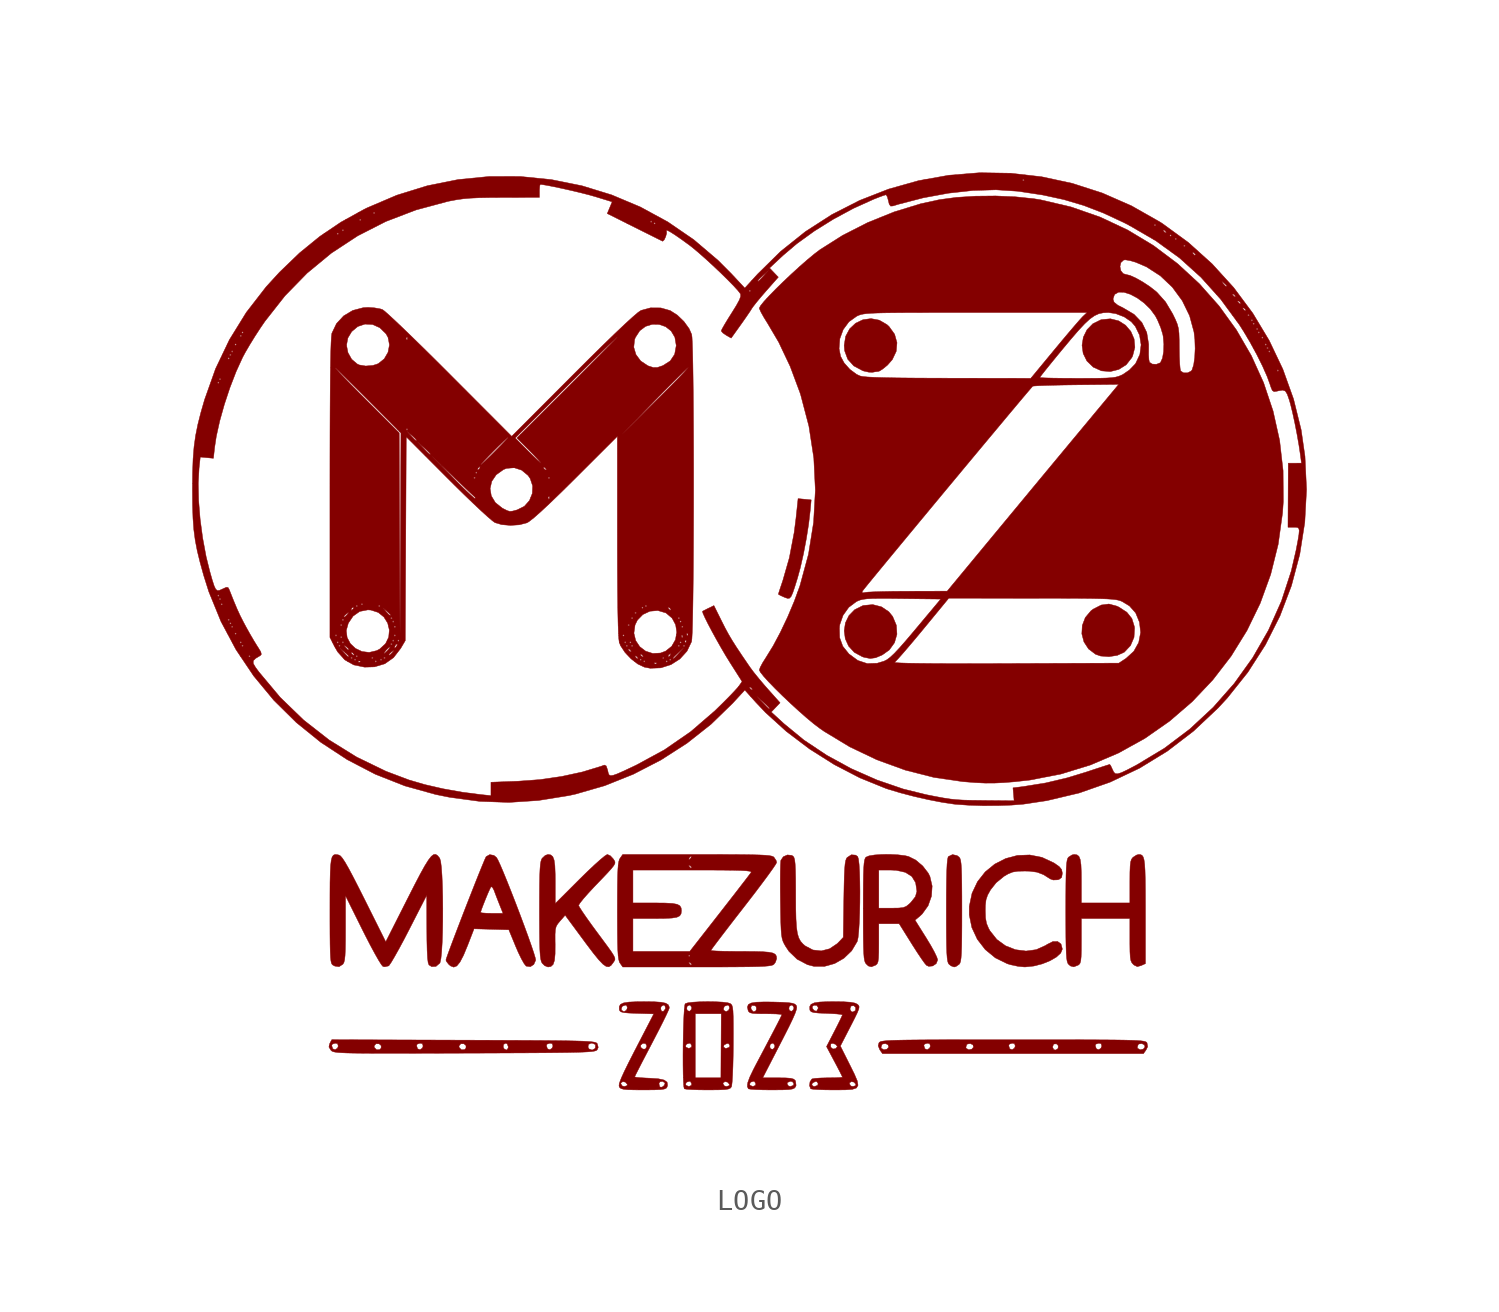
<source format=kicad_sym>
(kicad_symbol_lib
  (version 20220914)
  (generator bitmap2component)
  (symbol "LOGO"
    (pin_names
      (offset 1.016))
    (property "Reference" "#G"
      (at 0 21.802 0)
      (effects (font (size 1.27 1.27)) hide))
    (symbol "LOGO_0_0"
      (polyline (pts (xy -5.038 -22.437) (xy -4.614 -22.432) (xy -4.327 -22.42) (xy -4.147 -22.395) (xy -4.05 -22.356) (xy -4.005 -22.298) (xy -3.979 -22.204) (xy -4.003 -22.055) (xy -4.147 -21.953) (xy -4.426 -21.892) (xy -4.856 -21.862) (xy -5 -21.856) (xy -5.301 -21.839) (xy -5.51 -21.819) (xy -5.588 -21.799) (xy -5.582 -21.785) (xy -5.518 -21.651) (xy -5.39 -21.399) (xy -5.211 -21.05) (xy -4.99 -20.626) (xy -4.741 -20.151) (xy -4.65 -19.976) (xy -4.409 -19.51) (xy -4.201 -19.098) (xy -4.039 -18.766) (xy -3.933 -18.535) (xy -3.895 -18.431) (xy -3.898 -18.378) (xy -3.947 -18.269) (xy -4.071 -18.194) (xy -4.293 -18.148) (xy -4.638 -18.125) (xy -5.129 -18.119) (xy -5.469 -18.122) (xy -5.866 -18.14) (xy -6.129 -18.181) (xy -6.281 -18.253) (xy -6.342 -18.363) (xy -6.337 -18.479) (xy -6.245 -18.479) (xy -6.196 -18.346) (xy -6.042 -18.288) (xy -5.977 -18.309) (xy -5.942 -18.429) (xy -5.958 -18.464) (xy -4.318 -18.464) (xy -4.295 -18.359) (xy -4.185 -18.288) (xy -4.115 -18.308) (xy -4.079 -18.429) (xy -4.094 -18.483) (xy -4.179 -18.592) (xy -4.273 -18.588) (xy -4.318 -18.464) (xy -5.958 -18.464) (xy -5.995 -18.546) (xy -6.112 -18.609) (xy -6.22 -18.547) (xy -6.245 -18.479) (xy -6.337 -18.479) (xy -6.335 -18.517) (xy -6.318 -18.565) (xy -6.253 -18.62) (xy -6.112 -18.656) (xy -5.865 -18.678) (xy -5.479 -18.693) (xy -4.653 -18.718) (xy -5.443 -20.245) (xy -5.298 -20.245) (xy -5.184 -20.16) (xy -5.056 -20.171) (xy -4.995 -20.273) (xy -5.001 -20.325) (xy -5.063 -20.436) (xy -5.066 -20.438) (xy -5.189 -20.438) (xy -5.29 -20.354) (xy -5.298 -20.245) (xy -5.443 -20.245) (xy -5.538 -20.429) (xy -5.604 -20.555) (xy -5.886 -21.108) (xy -6.094 -21.532) (xy -6.237 -21.846) (xy -6.321 -22.066) (xy -6.336 -22.134) (xy -6.265 -22.134) (xy -6.257 -22.09) (xy -6.167 -22.03) (xy -6.039 -22.056) (xy -5.978 -22.126) (xy -4.403 -22.126) (xy -4.35 -22.038) (xy -4.224 -22.018) (xy -4.112 -22.088) (xy -4.103 -22.113) (xy -4.144 -22.219) (xy -4.249 -22.301) (xy -4.347 -22.295) (xy -4.366 -22.27) (xy -4.403 -22.126) (xy -5.978 -22.126) (xy -5.948 -22.162) (xy -5.96 -22.227) (xy -6.089 -22.267) (xy -6.194 -22.244) (xy -6.265 -22.134) (xy -6.336 -22.134) (xy -6.353 -22.207) (xy -6.341 -22.288) (xy -6.325 -22.312) (xy -6.259 -22.367) (xy -6.138 -22.403) (xy -5.933 -22.424) (xy -5.615 -22.434) (xy -5.158 -22.437) (xy -5.038 -22.437)) (stroke (width 0.01) (type default)) (fill (type outline)))
      (polyline (pts (xy -1.823 -22.436) (xy -1.429 -22.431) (xy -1.165 -22.418) (xy -1.001 -22.391) (xy -0.907 -22.348) (xy -0.856 -22.284) (xy -0.844 -22.243) (xy -0.821 -22.045) (xy -0.8 -21.716) (xy -0.783 -21.284) (xy -0.771 -20.775) (xy -0.765 -20.214) (xy -0.763 -19.694) (xy -0.764 -19.199) (xy -0.769 -18.834) (xy -0.78 -18.577) (xy -0.8 -18.408) (xy -0.829 -18.304) (xy -0.87 -18.244) (xy -0.923 -18.208) (xy -1.036 -18.174) (xy -1.293 -18.142) (xy -1.633 -18.124) (xy -2.015 -18.118) (xy -2.396 -18.125) (xy -2.735 -18.145) (xy -2.989 -18.177) (xy -3.116 -18.22) (xy -3.134 -18.274) (xy -3.158 -18.478) (xy -3.159 -18.485) (xy -3.042 -18.485) (xy -3.027 -18.351) (xy -2.921 -18.288) (xy -2.862 -18.302) (xy -2.794 -18.41) (xy -2.806 -18.479) (xy -1.25 -18.479) (xy -1.201 -18.346) (xy -1.047 -18.288) (xy -0.982 -18.309) (xy -0.946 -18.429) (xy -1 -18.546) (xy -1.116 -18.609) (xy -1.225 -18.547) (xy -1.25 -18.479) (xy -2.806 -18.479) (xy -2.808 -18.491) (xy -2.89 -18.588) (xy -2.994 -18.568) (xy -3.042 -18.485) (xy -3.159 -18.485) (xy -3.18 -18.803) (xy -3.197 -19.22) (xy -3.21 -19.699) (xy -3.219 -20.213) (xy -3.22 -20.298) (xy -3.102 -20.298) (xy -3.055 -20.198) (xy -2.916 -20.151) (xy -2.859 -20.165) (xy -2.794 -20.278) (xy -2.822 -20.355) (xy -2.939 -20.406) (xy -3.074 -20.351) (xy -3.102 -20.298) (xy -3.22 -20.298) (xy -3.223 -20.731) (xy -3.222 -21.225) (xy -3.216 -21.666) (xy -3.209 -21.844) (xy -2.625 -21.844) (xy -2.625 -20.278) (xy -2.625 -18.711) (xy -1.989 -18.711) (xy -1.353 -18.711) (xy -1.362 -20.278) (xy -1.363 -20.334) (xy -1.245 -20.334) (xy -1.214 -20.236) (xy -1.073 -20.166) (xy -0.995 -20.17) (xy -0.931 -20.271) (xy -0.962 -20.351) (xy -1.108 -20.405) (xy -1.158 -20.4) (xy -1.245 -20.334) (xy -1.363 -20.334) (xy -1.371 -21.844) (xy -1.998 -21.844) (xy -2.625 -21.844) (xy -3.209 -21.844) (xy -3.203 -22.025) (xy -3.193 -22.16) (xy -3.102 -22.16) (xy -3.055 -22.06) (xy -2.916 -22.013) (xy -2.859 -22.028) (xy -2.798 -22.134) (xy -1.27 -22.134) (xy -1.261 -22.09) (xy -1.172 -22.03) (xy -1.044 -22.056) (xy -0.952 -22.162) (xy -0.965 -22.227) (xy -1.094 -22.267) (xy -1.199 -22.244) (xy -1.27 -22.134) (xy -2.798 -22.134) (xy -2.794 -22.14) (xy -2.822 -22.218) (xy -2.939 -22.268) (xy -3.074 -22.213) (xy -3.102 -22.16) (xy -3.193 -22.16) (xy -3.185 -22.273) (xy -3.161 -22.38) (xy -3.156 -22.383) (xy -3.035 -22.404) (xy -2.783 -22.421) (xy -2.433 -22.433) (xy -2.021 -22.437) (xy -1.823 -22.436)) (stroke (width 0.01) (type default)) (fill (type outline)))
      (polyline (pts (xy 1.243 -22.436) (xy 1.658 -22.432) (xy 1.941 -22.419) (xy 2.118 -22.393) (xy 2.22 -22.352) (xy 2.275 -22.291) (xy 2.306 -22.211) (xy 2.276 -21.994) (xy 2.263 -21.973) (xy 2.188 -21.907) (xy 2.048 -21.868) (xy 1.808 -21.849) (xy 1.435 -21.844) (xy 0.674 -21.844) (xy 1.543 -20.156) (xy 1.722 -19.807) (xy 1.967 -19.322) (xy 2.143 -18.956) (xy 2.258 -18.691) (xy 2.321 -18.508) (xy 2.339 -18.389) (xy 2.319 -18.314) (xy 2.31 -18.3) (xy 2.244 -18.239) (xy 2.126 -18.197) (xy 1.927 -18.169) (xy 1.617 -18.15) (xy 1.167 -18.137) (xy 0.744 -18.133) (xy 0.36 -18.146) (xy 0.109 -18.186) (xy -0.029 -18.261) (xy -0.073 -18.376) (xy -0.066 -18.417) (xy 0.093 -18.417) (xy 0.136 -18.306) (xy 0.291 -18.317) (xy 0.351 -18.359) (xy 0.369 -18.485) (xy 1.953 -18.485) (xy 1.968 -18.351) (xy 2.074 -18.288) (xy 2.134 -18.302) (xy 2.201 -18.41) (xy 2.187 -18.491) (xy 2.105 -18.588) (xy 2.002 -18.568) (xy 1.953 -18.485) (xy 0.369 -18.485) (xy 0.37 -18.497) (xy 0.324 -18.579) (xy 0.213 -18.616) (xy 0.114 -18.496) (xy 0.093 -18.417) (xy -0.066 -18.417) (xy -0.044 -18.538) (xy -0.013 -18.608) (xy 0.058 -18.663) (xy 0.196 -18.695) (xy 0.435 -18.708) (xy 0.81 -18.711) (xy 1.013 -18.713) (xy 1.319 -18.721) (xy 1.53 -18.736) (xy 1.609 -18.754) (xy 1.607 -18.763) (xy 1.578 -18.831) (xy 1.509 -18.973) (xy 1.393 -19.201) (xy 1.224 -19.527) (xy 0.994 -19.965) (xy 0.793 -20.347) (xy 1.022 -20.347) (xy 1.036 -20.214) (xy 1.143 -20.151) (xy 1.202 -20.165) (xy 1.27 -20.273) (xy 1.256 -20.353) (xy 1.174 -20.45) (xy 1.07 -20.431) (xy 1.022 -20.347) (xy 0.793 -20.347) (xy 0.698 -20.528) (xy 0.328 -21.227) (xy 0.224 -21.428) (xy 0.04 -21.812) (xy -0.059 -22.085) (xy -0.067 -22.16) (xy 0.031 -22.16) (xy 0.078 -22.06) (xy 0.217 -22.013) (xy 0.274 -22.028) (xy 0.339 -22.14) (xy 1.863 -22.14) (xy 1.894 -22.066) (xy 2.032 -22.013) (xy 2.131 -22.037) (xy 2.201 -22.14) (xy 2.17 -22.214) (xy 2.032 -22.267) (xy 1.933 -22.244) (xy 1.863 -22.14) (xy 0.339 -22.14) (xy 0.311 -22.218) (xy 0.193 -22.268) (xy 0.059 -22.213) (xy 0.031 -22.16) (xy -0.067 -22.16) (xy -0.079 -22.267) (xy -0.028 -22.38) (xy -0.024 -22.383) (xy 0.097 -22.404) (xy 0.349 -22.421) (xy 0.698 -22.433) (xy 1.111 -22.437) (xy 1.243 -22.436)) (stroke (width 0.01) (type default)) (fill (type outline)))
      (polyline (pts (xy 4.709 -22.433) (xy 5.054 -22.409) (xy 5.258 -22.341) (xy 5.334 -22.21) (xy 5.297 -21.993) (xy 5.16 -21.67) (xy 4.937 -21.219) (xy 4.471 -20.29) (xy 4.966 -19.328) (xy 5.167 -18.934) (xy 5.3 -18.66) (xy 5.371 -18.481) (xy 5.388 -18.37) (xy 5.361 -18.3) (xy 5.297 -18.242) (xy 5.173 -18.186) (xy 4.955 -18.147) (xy 4.62 -18.125) (xy 4.143 -18.119) (xy 3.876 -18.12) (xy 3.467 -18.137) (xy 3.195 -18.178) (xy 3.037 -18.25) (xy 2.972 -18.36) (xy 2.975 -18.442) (xy 3.099 -18.442) (xy 3.105 -18.344) (xy 3.19 -18.294) (xy 3.324 -18.307) (xy 3.387 -18.41) (xy 3.381 -18.462) (xy 3.369 -18.482) (xy 4.938 -18.482) (xy 4.986 -18.348) (xy 5.009 -18.329) (xy 5.132 -18.319) (xy 5.221 -18.405) (xy 5.212 -18.535) (xy 5.189 -18.565) (xy 5.08 -18.627) (xy 5 -18.6) (xy 4.938 -18.482) (xy 3.369 -18.482) (xy 3.312 -18.578) (xy 3.287 -18.587) (xy 3.181 -18.546) (xy 3.099 -18.442) (xy 2.975 -18.442) (xy 2.978 -18.517) (xy 2.99 -18.554) (xy 3.048 -18.615) (xy 3.179 -18.654) (xy 3.416 -18.678) (xy 3.79 -18.693) (xy 3.978 -18.701) (xy 4.283 -18.719) (xy 4.494 -18.742) (xy 4.572 -18.765) (xy 4.556 -18.809) (xy 4.477 -18.979) (xy 4.347 -19.242) (xy 4.183 -19.564) (xy 3.808 -20.29) (xy 3.99 -20.29) (xy 4.008 -20.179) (xy 4.112 -20.16) (xy 4.25 -20.215) (xy 4.318 -20.308) (xy 4.317 -20.326) (xy 4.238 -20.419) (xy 4.105 -20.434) (xy 4.008 -20.357) (xy 3.99 -20.29) (xy 3.808 -20.29) (xy 3.795 -20.317) (xy 4.183 -21.048) (xy 4.289 -21.247) (xy 4.435 -21.528) (xy 4.535 -21.727) (xy 4.572 -21.811) (xy 4.566 -21.816) (xy 4.449 -21.83) (xy 4.214 -21.84) (xy 3.902 -21.844) (xy 3.834 -21.844) (xy 3.505 -21.853) (xy 3.242 -21.871) (xy 3.097 -21.895) (xy 3.075 -21.907) (xy 2.986 -22.041) (xy 2.967 -22.197) (xy 3.073 -22.197) (xy 3.104 -22.099) (xy 3.245 -22.028) (xy 3.323 -22.032) (xy 3.387 -22.134) (xy 4.911 -22.134) (xy 4.919 -22.09) (xy 5.009 -22.03) (xy 5.137 -22.056) (xy 5.228 -22.162) (xy 5.216 -22.227) (xy 5.087 -22.267) (xy 4.982 -22.244) (xy 4.911 -22.134) (xy 3.387 -22.134) (xy 3.356 -22.214) (xy 3.21 -22.267) (xy 3.16 -22.263) (xy 3.073 -22.197) (xy 2.967 -22.197) (xy 2.963 -22.23) (xy 3.02 -22.38) (xy 3.024 -22.383) (xy 3.145 -22.404) (xy 3.397 -22.421) (xy 3.746 -22.433) (xy 4.159 -22.437) (xy 4.21 -22.437) (xy 4.709 -22.433)) (stroke (width 0.01) (type default)) (fill (type outline)))
      (polyline (pts (xy -17.017 -20.647) (xy -16.129 -20.645) (xy -15.094 -20.642) (xy -13.902 -20.638) (xy -13.849 -20.638) (xy -12.661 -20.634) (xy -11.63 -20.629) (xy -10.746 -20.625) (xy -9.996 -20.62) (xy -9.37 -20.613) (xy -8.856 -20.606) (xy -8.442 -20.597) (xy -8.119 -20.587) (xy -7.873 -20.574) (xy -7.694 -20.559) (xy -7.57 -20.541) (xy -7.49 -20.52) (xy -7.444 -20.496) (xy -7.418 -20.468) (xy -7.37 -20.354) (xy -7.418 -20.172) (xy -7.42 -20.169) (xy -7.447 -20.142) (xy -7.497 -20.118) (xy -7.58 -20.097) (xy -7.708 -20.08) (xy -7.893 -20.065) (xy -8.145 -20.052) (xy -8.477 -20.042) (xy -8.898 -20.033) (xy -9.421 -20.026) (xy -10.057 -20.02) (xy -10.817 -20.015) (xy -11.712 -20.011) (xy -12.755 -20.006) (xy -13.955 -20.002) (xy -20.398 -19.98) (xy -20.493 -20.157) (xy -20.503 -20.176) (xy -20.522 -20.264) (xy -20.405 -20.264) (xy -20.37 -20.196) (xy -20.229 -20.151) (xy -20.117 -20.175) (xy -20.083 -20.286) (xy -18.329 -20.286) (xy -18.238 -20.179) (xy -18.086 -20.18) (xy -17.989 -20.264) (xy -16.256 -20.264) (xy -16.221 -20.196) (xy -16.08 -20.151) (xy -15.968 -20.175) (xy -15.934 -20.286) (xy -14.18 -20.286) (xy -14.09 -20.179) (xy -13.937 -20.18) (xy -13.833 -20.27) (xy -13.836 -20.347) (xy -12.016 -20.347) (xy -12.002 -20.214) (xy -11.896 -20.151) (xy -11.822 -20.182) (xy -11.79 -20.264) (xy -9.906 -20.264) (xy -9.871 -20.196) (xy -9.73 -20.151) (xy -9.618 -20.175) (xy -9.582 -20.292) (xy -9.604 -20.347) (xy -7.869 -20.347) (xy -7.848 -20.212) (xy -7.719 -20.151) (xy -7.647 -20.154) (xy -7.505 -20.22) (xy -7.508 -20.371) (xy -7.532 -20.415) (xy -7.668 -20.488) (xy -7.817 -20.433) (xy -7.869 -20.347) (xy -9.604 -20.347) (xy -9.622 -20.394) (xy -9.736 -20.47) (xy -9.853 -20.425) (xy -9.906 -20.264) (xy -11.79 -20.264) (xy -11.769 -20.32) (xy -11.775 -20.392) (xy -11.845 -20.487) (xy -11.966 -20.433) (xy -12.016 -20.347) (xy -13.836 -20.347) (xy -13.838 -20.397) (xy -13.91 -20.466) (xy -14.059 -20.474) (xy -14.171 -20.359) (xy -14.18 -20.286) (xy -15.934 -20.286) (xy -15.932 -20.292) (xy -15.972 -20.394) (xy -16.086 -20.47) (xy -16.203 -20.425) (xy -16.256 -20.264) (xy -17.989 -20.264) (xy -17.982 -20.27) (xy -17.987 -20.397) (xy -18.059 -20.466) (xy -18.207 -20.474) (xy -18.32 -20.359) (xy -18.329 -20.286) (xy -20.083 -20.286) (xy -20.081 -20.292) (xy -20.12 -20.394) (xy -20.235 -20.47) (xy -20.351 -20.425) (xy -20.405 -20.264) (xy -20.522 -20.264) (xy -20.538 -20.338) (xy -20.44 -20.497) (xy -20.421 -20.516) (xy -20.383 -20.544) (xy -20.325 -20.568) (xy -20.236 -20.588) (xy -20.104 -20.605) (xy -19.918 -20.618) (xy -19.666 -20.629) (xy -19.337 -20.637) (xy -18.919 -20.642) (xy -18.4 -20.646) (xy -17.77 -20.647) (xy -17.017 -20.647)) (stroke (width 0.01) (type default)) (fill (type outline)))
      (polyline (pts (xy 19.422 -20.476) (xy 19.497 -20.322) (xy 19.466 -20.138) (xy 19.457 -20.123) (xy 19.429 -20.096) (xy 19.378 -20.072) (xy 19.294 -20.052) (xy 19.165 -20.035) (xy 18.98 -20.021) (xy 18.727 -20.01) (xy 18.395 -20.001) (xy 17.972 -19.994) (xy 17.449 -19.989) (xy 16.812 -19.986) (xy 16.051 -19.983) (xy 15.155 -19.982) (xy 14.113 -19.982) (xy 12.912 -19.981) (xy 12.292 -19.981) (xy 11.171 -19.982) (xy 10.203 -19.983) (xy 9.376 -19.984) (xy 8.679 -19.987) (xy 8.1 -19.992) (xy 7.628 -19.998) (xy 7.253 -20.006) (xy 6.961 -20.016) (xy 6.744 -20.028) (xy 6.588 -20.044) (xy 6.482 -20.062) (xy 6.416 -20.083) (xy 6.378 -20.109) (xy 6.357 -20.138) (xy 6.32 -20.278) (xy 6.35 -20.351) (xy 6.458 -20.351) (xy 6.504 -20.217) (xy 6.543 -20.189) (xy 6.684 -20.171) (xy 6.807 -20.232) (xy 6.816 -20.264) (xy 8.551 -20.264) (xy 8.586 -20.196) (xy 8.727 -20.151) (xy 8.839 -20.175) (xy 8.875 -20.292) (xy 8.852 -20.351) (xy 10.607 -20.351) (xy 10.653 -20.217) (xy 10.691 -20.189) (xy 10.833 -20.171) (xy 10.956 -20.232) (xy 10.964 -20.264) (xy 12.7 -20.264) (xy 12.735 -20.196) (xy 12.876 -20.151) (xy 12.988 -20.175) (xy 13.024 -20.292) (xy 13.003 -20.345) (xy 14.844 -20.345) (xy 14.892 -20.211) (xy 14.915 -20.192) (xy 15.038 -20.182) (xy 15.123 -20.264) (xy 16.933 -20.264) (xy 16.968 -20.196) (xy 17.109 -20.151) (xy 17.221 -20.175) (xy 17.257 -20.292) (xy 17.234 -20.351) (xy 18.989 -20.351) (xy 19.035 -20.217) (xy 19.073 -20.189) (xy 19.215 -20.171) (xy 19.338 -20.232) (xy 19.367 -20.341) (xy 19.283 -20.44) (xy 19.13 -20.472) (xy 19.006 -20.402) (xy 18.989 -20.351) (xy 17.234 -20.351) (xy 17.218 -20.394) (xy 17.103 -20.47) (xy 16.987 -20.425) (xy 16.933 -20.264) (xy 15.123 -20.264) (xy 15.127 -20.268) (xy 15.118 -20.397) (xy 15.095 -20.428) (xy 14.986 -20.489) (xy 14.906 -20.463) (xy 14.844 -20.345) (xy 13.003 -20.345) (xy 12.984 -20.394) (xy 12.87 -20.47) (xy 12.753 -20.425) (xy 12.7 -20.264) (xy 10.964 -20.264) (xy 10.986 -20.341) (xy 10.901 -20.44) (xy 10.748 -20.472) (xy 10.624 -20.402) (xy 10.607 -20.351) (xy 8.852 -20.351) (xy 8.836 -20.394) (xy 8.721 -20.47) (xy 8.605 -20.425) (xy 8.551 -20.264) (xy 6.816 -20.264) (xy 6.837 -20.341) (xy 6.752 -20.44) (xy 6.599 -20.472) (xy 6.475 -20.402) (xy 6.458 -20.351) (xy 6.35 -20.351) (xy 6.401 -20.476) (xy 6.529 -20.659) (xy 12.912 -20.659) (xy 19.294 -20.659) (xy 19.422 -20.476)) (stroke (width 0.01) (type default)) (fill (type outline)))
      (polyline (pts (xy -17.62 -16.371) (xy -17.594 -16.345) (xy -17.486 -16.187) (xy -17.323 -15.91) (xy -17.115 -15.539) (xy -16.876 -15.095) (xy -16.62 -14.601) (xy -15.756 -12.912) (xy -15.752 -14.567) (xy -15.748 -15.107) (xy -15.736 -15.623) (xy -15.716 -15.99) (xy -15.686 -16.22) (xy -15.646 -16.324) (xy -15.512 -16.408) (xy -15.304 -16.396) (xy -15.118 -16.237) (xy -15.103 -16.207) (xy -15.061 -16.01) (xy -15.027 -15.679) (xy -15.001 -15.244) (xy -14.982 -14.73) (xy -14.972 -14.165) (xy -14.97 -13.578) (xy -14.975 -12.995) (xy -14.989 -12.443) (xy -15.01 -11.951) (xy -15.039 -11.546) (xy -15.076 -11.255) (xy -15.121 -11.105) (xy -15.129 -11.095) (xy -15.224 -10.978) (xy -15.316 -10.918) (xy -15.416 -10.926) (xy -15.532 -11.014) (xy -15.673 -11.194) (xy -15.851 -11.479) (xy -16.073 -11.88) (xy -16.35 -12.41) (xy -16.691 -13.08) (xy -17.76 -15.195) (xy -18.807 -13.098) (xy -19.094 -12.528) (xy -19.365 -11.999) (xy -19.58 -11.596) (xy -19.747 -11.305) (xy -19.875 -11.11) (xy -19.971 -10.997) (xy -20.046 -10.952) (xy -20.142 -10.93) (xy -20.243 -10.925) (xy -20.322 -10.959) (xy -20.383 -11.05) (xy -20.426 -11.213) (xy -20.456 -11.465) (xy -20.474 -11.821) (xy -20.485 -12.299) (xy -20.488 -12.913) (xy -20.489 -13.68) (xy -20.489 -14.21) (xy -20.487 -14.832) (xy -20.482 -15.316) (xy -20.474 -15.68) (xy -20.461 -15.942) (xy -20.442 -16.12) (xy -20.417 -16.233) (xy -20.383 -16.298) (xy -20.341 -16.334) (xy -20.247 -16.382) (xy -20.044 -16.41) (xy -19.86 -16.292) (xy -19.852 -16.283) (xy -19.806 -16.205) (xy -19.773 -16.074) (xy -19.75 -15.866) (xy -19.736 -15.558) (xy -19.729 -15.127) (xy -19.727 -14.549) (xy -19.727 -12.94) (xy -18.881 -14.643) (xy -18.761 -14.881) (xy -18.517 -15.355) (xy -18.295 -15.766) (xy -18.11 -16.092) (xy -17.972 -16.311) (xy -17.896 -16.399) (xy -17.807 -16.415) (xy -17.62 -16.371)) (stroke (width 0.01) (type default)) (fill (type outline)))
      (polyline (pts (xy -14.284 -16.373) (xy -14.129 -16.182) (xy -13.956 -15.85) (xy -13.755 -15.365) (xy -13.442 -14.557) (xy -12.591 -14.581) (xy -11.741 -14.605) (xy -11.395 -15.444) (xy -11.28 -15.709) (xy -11.126 -16.026) (xy -10.993 -16.261) (xy -10.901 -16.374) (xy -10.884 -16.384) (xy -10.689 -16.41) (xy -10.521 -16.302) (xy -10.428 -16.091) (xy -10.447 -15.982) (xy -10.521 -15.735) (xy -10.641 -15.378) (xy -10.797 -14.935) (xy -10.982 -14.43) (xy -11.184 -13.888) (xy -11.396 -13.332) (xy -11.608 -12.787) (xy -11.811 -12.276) (xy -11.995 -11.825) (xy -12.151 -11.458) (xy -12.271 -11.198) (xy -12.344 -11.07) (xy -12.471 -10.968) (xy -12.677 -10.93) (xy -12.85 -11.028) (xy -12.862 -11.049) (xy -12.932 -11.203) (xy -13.048 -11.482) (xy -13.203 -11.863) (xy -13.386 -12.322) (xy -13.588 -12.836) (xy -13.802 -13.38) (xy -13.949 -13.759) (xy -13.123 -13.759) (xy -13.12 -13.741) (xy -13.073 -13.596) (xy -12.984 -13.361) (xy -12.874 -13.085) (xy -12.762 -12.816) (xy -12.668 -12.606) (xy -12.613 -12.503) (xy -12.611 -12.5) (xy -12.543 -12.527) (xy -12.466 -12.672) (xy -12.423 -12.788) (xy -12.32 -13.059) (xy -12.203 -13.356) (xy -12.025 -13.801) (xy -12.574 -13.801) (xy -12.844 -13.795) (xy -13.046 -13.78) (xy -13.123 -13.759) (xy -13.949 -13.759) (xy -14.016 -13.932) (xy -14.222 -14.468) (xy -14.412 -14.965) (xy -14.575 -15.398) (xy -14.703 -15.745) (xy -14.787 -15.981) (xy -14.817 -16.084) (xy -14.79 -16.155) (xy -14.684 -16.292) (xy -14.589 -16.374) (xy -14.434 -16.433) (xy -14.284 -16.373)) (stroke (width 0.01) (type default)) (fill (type outline)))
      (polyline (pts (xy -9.684 -16.4) (xy -9.575 -16.3) (xy -9.509 -16.103) (xy -9.479 -15.783) (xy -9.476 -15.319) (xy -9.479 -15.164) (xy -9.48 -14.825) (xy -9.465 -14.598) (xy -9.426 -14.444) (xy -9.353 -14.318) (xy -9.239 -14.18) (xy -8.987 -13.893) (xy -8.052 -15.159) (xy -7.955 -15.29) (xy -7.611 -15.745) (xy -7.343 -16.074) (xy -7.138 -16.288) (xy -6.98 -16.398) (xy -6.854 -16.416) (xy -6.746 -16.352) (xy -6.641 -16.217) (xy -6.628 -16.197) (xy -6.579 -16.125) (xy -6.552 -16.059) (xy -6.559 -15.98) (xy -6.611 -15.866) (xy -6.717 -15.697) (xy -6.89 -15.453) (xy -7.141 -15.113) (xy -7.48 -14.656) (xy -7.683 -14.379) (xy -7.938 -14.023) (xy -8.142 -13.727) (xy -8.278 -13.516) (xy -8.33 -13.416) (xy -8.329 -13.408) (xy -8.26 -13.294) (xy -8.097 -13.089) (xy -7.862 -12.822) (xy -7.578 -12.516) (xy -7.208 -12.131) (xy -6.923 -11.831) (xy -6.728 -11.616) (xy -6.61 -11.467) (xy -6.555 -11.364) (xy -6.55 -11.288) (xy -6.582 -11.218) (xy -6.637 -11.136) (xy -6.775 -10.988) (xy -6.922 -10.922) (xy -6.932 -10.924) (xy -7.052 -11) (xy -7.266 -11.176) (xy -7.554 -11.434) (xy -7.896 -11.756) (xy -8.27 -12.122) (xy -9.472 -13.323) (xy -9.471 -12.244) (xy -9.474 -11.876) (xy -9.49 -11.471) (xy -9.528 -11.196) (xy -9.592 -11.028) (xy -9.69 -10.945) (xy -9.827 -10.922) (xy -9.961 -10.969) (xy -10.113 -11.11) (xy -10.137 -11.152) (xy -10.171 -11.253) (xy -10.198 -11.408) (xy -10.217 -11.638) (xy -10.231 -11.96) (xy -10.239 -12.394) (xy -10.243 -12.959) (xy -10.245 -13.674) (xy -10.244 -14.108) (xy -10.241 -14.734) (xy -10.235 -15.22) (xy -10.224 -15.587) (xy -10.207 -15.853) (xy -10.183 -16.037) (xy -10.152 -16.159) (xy -10.113 -16.237) (xy -9.988 -16.361) (xy -9.827 -16.425) (xy -9.684 -16.4)) (stroke (width 0.01) (type default)) (fill (type outline)))
      (polyline (pts (xy -1.79 -16.425) (xy -1.029 -16.423) (xy -0.409 -16.419) (xy 0.083 -16.413) (xy 0.464 -16.404) (xy 0.748 -16.391) (xy 0.951 -16.373) (xy 1.088 -16.352) (xy 1.173 -16.325) (xy 1.222 -16.292) (xy 1.298 -16.189) (xy 1.355 -16.013) (xy 1.355 -16.009) (xy 1.341 -15.891) (xy 1.285 -15.803) (xy 1.168 -15.741) (xy 0.966 -15.701) (xy 0.659 -15.677) (xy 0.226 -15.666) (xy -0.356 -15.663) (xy -0.795 -15.661) (xy -1.222 -15.655) (xy -1.56 -15.644) (xy -1.782 -15.631) (xy -1.863 -15.616) (xy -1.852 -15.597) (xy -1.759 -15.467) (xy -1.58 -15.227) (xy -1.327 -14.894) (xy -1.014 -14.485) (xy -0.652 -14.016) (xy -0.254 -13.504) (xy -0.078 -13.277) (xy 0.307 -12.777) (xy 0.65 -12.322) (xy 0.94 -11.931) (xy 1.162 -11.621) (xy 1.304 -11.41) (xy 1.355 -11.314) (xy 1.33 -11.216) (xy 1.222 -11.055) (xy 1.183 -11.027) (xy 1.105 -11) (xy 0.979 -10.977) (xy 0.788 -10.959) (xy 0.518 -10.946) (xy 0.155 -10.936) (xy -0.318 -10.929) (xy -0.915 -10.925) (xy -1.651 -10.923) (xy -2.541 -10.922) (xy -6.171 -10.922) (xy -6.303 -11.11) (xy -6.327 -11.152) (xy -6.333 -11.171) (xy -2.943 -11.171) (xy -2.921 -11.091) (xy -2.904 -11.066) (xy -2.826 -11.007) (xy -2.815 -11.012) (xy -2.836 -11.091) (xy -2.854 -11.116) (xy -2.931 -11.176) (xy -2.943 -11.171) (xy -6.333 -11.171) (xy -6.361 -11.253) (xy -6.388 -11.408) (xy -6.392 -11.454) (xy -2.95 -11.454) (xy -2.892 -11.464) (xy -2.854 -11.49) (xy -2.794 -11.562) (xy -2.795 -11.574) (xy -2.844 -11.592) (xy -2.929 -11.502) (xy -2.95 -11.454) (xy -6.392 -11.454) (xy -6.407 -11.638) (xy -6.421 -11.96) (xy -6.429 -12.394) (xy -6.433 -12.959) (xy -6.435 -13.674) (xy -6.434 -14.108) (xy -6.431 -14.734) (xy -6.425 -15.22) (xy -6.414 -15.587) (xy -6.409 -15.663) (xy -5.673 -15.663) (xy -5.673 -14.859) (xy -5.673 -14.055) (xy -4.589 -14.055) (xy -4.127 -14.05) (xy -3.765 -14.032) (xy -3.526 -13.993) (xy -3.385 -13.924) (xy -3.319 -13.82) (xy -3.302 -13.674) (xy -3.316 -13.537) (xy -3.378 -13.43) (xy -3.512 -13.359) (xy -3.742 -13.317) (xy -4.093 -13.298) (xy -4.589 -13.293) (xy -5.673 -13.293) (xy -5.673 -12.488) (xy -5.673 -11.684) (xy -2.747 -11.684) (xy -2.65 -11.684) (xy -1.868 -11.685) (xy -1.24 -11.689) (xy -0.751 -11.696) (xy -0.386 -11.706) (xy -0.132 -11.721) (xy 0.025 -11.74) (xy 0.102 -11.764) (xy 0.11 -11.795) (xy 0.107 -11.8) (xy 0.026 -11.909) (xy -0.143 -12.131) (xy -0.387 -12.447) (xy -0.691 -12.841) (xy -1.042 -13.292) (xy -1.425 -13.784) (xy -2.893 -15.663) (xy -4.283 -15.663) (xy -5.673 -15.663) (xy -6.409 -15.663) (xy -6.397 -15.853) (xy -6.394 -15.875) (xy -2.963 -15.875) (xy -2.921 -15.833) (xy -2.879 -15.875) (xy -2.921 -15.917) (xy -2.963 -15.875) (xy -6.394 -15.875) (xy -6.373 -16.037) (xy -6.342 -16.159) (xy -6.324 -16.196) (xy -2.95 -16.196) (xy -2.892 -16.206) (xy -2.854 -16.232) (xy -2.794 -16.303) (xy -2.795 -16.315) (xy -2.844 -16.334) (xy -2.929 -16.243) (xy -2.95 -16.196) (xy -6.324 -16.196) (xy -6.303 -16.237) (xy -6.171 -16.425) (xy -2.541 -16.425) (xy -1.79 -16.425)) (stroke (width 0.01) (type default)) (fill (type outline)))
      (polyline (pts (xy 3.693 -16.395) (xy 4.189 -16.257) (xy 4.643 -15.998) (xy 5.023 -15.633) (xy 5.295 -15.177) (xy 5.297 -15.171) (xy 5.338 -14.984) (xy 5.37 -14.67) (xy 5.396 -14.259) (xy 5.414 -13.78) (xy 5.425 -13.263) (xy 5.428 -12.738) (xy 5.422 -12.235) (xy 5.409 -11.782) (xy 5.387 -11.409) (xy 5.356 -11.147) (xy 5.317 -11.024) (xy 5.22 -10.955) (xy 5.008 -10.938) (xy 4.801 -11.072) (xy 4.77 -11.116) (xy 4.732 -11.219) (xy 4.702 -11.384) (xy 4.68 -11.634) (xy 4.663 -11.988) (xy 4.651 -12.469) (xy 4.64 -13.098) (xy 4.614 -14.975) (xy 4.368 -15.233) (xy 4.316 -15.284) (xy 3.945 -15.534) (xy 3.538 -15.638) (xy 3.128 -15.592) (xy 2.75 -15.393) (xy 2.645 -15.303) (xy 2.524 -15.167) (xy 2.434 -14.999) (xy 2.369 -14.777) (xy 2.326 -14.477) (xy 2.301 -14.076) (xy 2.289 -13.553) (xy 2.286 -12.882) (xy 2.286 -12.649) (xy 2.283 -12.094) (xy 2.274 -11.679) (xy 2.259 -11.384) (xy 2.236 -11.188) (xy 2.203 -11.07) (xy 2.16 -11.008) (xy 2.094 -10.967) (xy 1.882 -10.945) (xy 1.68 -11.033) (xy 1.562 -11.208) (xy 1.557 -11.235) (xy 1.544 -11.423) (xy 1.536 -11.743) (xy 1.532 -12.168) (xy 1.533 -12.669) (xy 1.539 -13.217) (xy 1.548 -13.797) (xy 1.558 -14.256) (xy 1.572 -14.597) (xy 1.592 -14.845) (xy 1.622 -15.026) (xy 1.664 -15.166) (xy 1.722 -15.29) (xy 1.8 -15.425) (xy 1.96 -15.664) (xy 2.357 -16.046) (xy 2.869 -16.314) (xy 3.19 -16.396) (xy 3.693 -16.395)) (stroke (width 0.01) (type default)) (fill (type outline)))
      (polyline (pts (xy 6.186 -16.338) (xy 6.204 -16.328) (xy 6.269 -16.269) (xy 6.312 -16.166) (xy 6.336 -15.988) (xy 6.347 -15.702) (xy 6.35 -15.279) (xy 6.35 -14.309) (xy 6.849 -14.309) (xy 7.347 -14.309) (xy 7.948 -15.271) (xy 7.992 -15.341) (xy 8.222 -15.7) (xy 8.428 -16.008) (xy 8.587 -16.232) (xy 8.679 -16.341) (xy 8.791 -16.394) (xy 8.989 -16.374) (xy 9.158 -16.258) (xy 9.229 -16.078) (xy 9.229 -16.077) (xy 9.185 -15.937) (xy 9.066 -15.689) (xy 8.89 -15.37) (xy 8.675 -15.014) (xy 8.122 -14.133) (xy 8.373 -13.923) (xy 8.472 -13.831) (xy 8.76 -13.431) (xy 8.926 -12.962) (xy 8.959 -12.468) (xy 8.849 -11.996) (xy 8.767 -11.834) (xy 8.498 -11.486) (xy 8.158 -11.197) (xy 7.802 -11.02) (xy 7.626 -10.98) (xy 7.287 -10.939) (xy 6.898 -10.919) (xy 6.504 -10.922) (xy 6.147 -10.946) (xy 5.872 -10.991) (xy 5.721 -11.055) (xy 5.685 -11.107) (xy 5.653 -11.203) (xy 5.63 -11.357) (xy 5.612 -11.588) (xy 5.6 -11.915) (xy 5.593 -12.355) (xy 5.589 -12.928) (xy 5.588 -13.547) (xy 6.35 -13.547) (xy 6.35 -12.615) (xy 6.35 -11.684) (xy 6.921 -11.684) (xy 7.2 -11.697) (xy 7.649 -11.796) (xy 7.965 -11.996) (xy 8.151 -12.301) (xy 8.213 -12.714) (xy 8.213 -12.729) (xy 8.14 -12.986) (xy 7.925 -13.259) (xy 7.834 -13.348) (xy 7.694 -13.459) (xy 7.542 -13.519) (xy 7.326 -13.542) (xy 6.994 -13.547) (xy 6.35 -13.547) (xy 5.588 -13.547) (xy 5.588 -13.652) (xy 5.588 -13.755) (xy 5.589 -14.455) (xy 5.593 -15.007) (xy 5.601 -15.43) (xy 5.613 -15.742) (xy 5.63 -15.964) (xy 5.655 -16.113) (xy 5.687 -16.209) (xy 5.728 -16.27) (xy 5.839 -16.375) (xy 5.986 -16.417) (xy 6.186 -16.338)) (stroke (width 0.01) (type default)) (fill (type outline)))
      (polyline (pts (xy 10.125 -16.4) (xy 10.281 -16.292) (xy 10.319 -16.237) (xy 10.35 -16.14) (xy 10.373 -15.984) (xy 10.39 -15.75) (xy 10.402 -15.421) (xy 10.409 -14.977) (xy 10.413 -14.401) (xy 10.414 -13.674) (xy 10.413 -12.97) (xy 10.409 -12.389) (xy 10.402 -11.941) (xy 10.391 -11.608) (xy 10.374 -11.371) (xy 10.351 -11.212) (xy 10.32 -11.113) (xy 10.281 -11.055) (xy 10.178 -10.977) (xy 9.954 -10.928) (xy 9.754 -11.024) (xy 9.741 -11.043) (xy 9.712 -11.164) (xy 9.689 -11.393) (xy 9.672 -11.744) (xy 9.661 -12.227) (xy 9.654 -12.856) (xy 9.652 -13.642) (xy 9.652 -13.659) (xy 9.653 -14.388) (xy 9.657 -14.966) (xy 9.664 -15.411) (xy 9.676 -15.743) (xy 9.693 -15.978) (xy 9.716 -16.136) (xy 9.746 -16.235) (xy 9.785 -16.292) (xy 9.884 -16.37) (xy 10.033 -16.425) (xy 10.125 -16.4)) (stroke (width 0.01) (type default)) (fill (type outline)))
      (polyline (pts (xy 13.521 -16.422) (xy 13.93 -16.378) (xy 14.341 -16.273) (xy 14.72 -16.121) (xy 15.033 -15.94) (xy 15.246 -15.745) (xy 15.325 -15.552) (xy 15.325 -15.541) (xy 15.26 -15.301) (xy 15.095 -15.178) (xy 14.859 -15.182) (xy 14.58 -15.322) (xy 14.514 -15.368) (xy 14.049 -15.577) (xy 13.545 -15.645) (xy 13.034 -15.579) (xy 12.548 -15.388) (xy 12.122 -15.079) (xy 11.788 -14.659) (xy 11.719 -14.536) (xy 11.618 -14.294) (xy 11.569 -14.028) (xy 11.557 -13.667) (xy 11.562 -13.41) (xy 11.594 -13.136) (xy 11.671 -12.908) (xy 11.813 -12.653) (xy 12.089 -12.304) (xy 12.48 -11.985) (xy 12.67 -11.875) (xy 12.895 -11.783) (xy 13.145 -11.742) (xy 13.494 -11.734) (xy 13.733 -11.74) (xy 14.094 -11.79) (xy 14.404 -11.909) (xy 14.74 -12.121) (xy 14.878 -12.17) (xy 15.1 -12.161) (xy 15.165 -12.141) (xy 15.292 -12.045) (xy 15.325 -11.85) (xy 15.324 -11.825) (xy 15.29 -11.66) (xy 15.173 -11.517) (xy 14.938 -11.351) (xy 14.916 -11.337) (xy 14.334 -11.065) (xy 13.73 -10.946) (xy 13.129 -10.969) (xy 12.552 -11.122) (xy 12.019 -11.394) (xy 11.553 -11.775) (xy 11.177 -12.254) (xy 10.91 -12.818) (xy 10.775 -13.459) (xy 10.774 -13.878) (xy 10.9 -14.495) (xy 11.167 -15.069) (xy 11.556 -15.573) (xy 12.051 -15.98) (xy 12.633 -16.265) (xy 12.795 -16.314) (xy 13.154 -16.391) (xy 13.47 -16.423) (xy 13.521 -16.422)) (stroke (width 0.01) (type default)) (fill (type outline)))
      (polyline (pts (xy 16.092 -16.338) (xy 16.137 -16.309) (xy 16.191 -16.241) (xy 16.225 -16.121) (xy 16.245 -15.919) (xy 16.254 -15.605) (xy 16.256 -15.152) (xy 16.256 -14.055) (xy 17.441 -14.055) (xy 18.627 -14.055) (xy 18.627 -15.1) (xy 18.627 -15.286) (xy 18.632 -15.674) (xy 18.647 -15.938) (xy 18.676 -16.108) (xy 18.725 -16.218) (xy 18.796 -16.299) (xy 18.838 -16.334) (xy 18.992 -16.407) (xy 19.177 -16.356) (xy 19.389 -16.26) (xy 19.389 -13.692) (xy 19.389 -13.389) (xy 19.387 -12.69) (xy 19.381 -12.136) (xy 19.369 -11.712) (xy 19.349 -11.4) (xy 19.32 -11.182) (xy 19.278 -11.043) (xy 19.222 -10.964) (xy 19.151 -10.93) (xy 19.061 -10.922) (xy 18.95 -10.952) (xy 18.782 -11.062) (xy 18.771 -11.072) (xy 18.708 -11.156) (xy 18.666 -11.285) (xy 18.642 -11.488) (xy 18.63 -11.799) (xy 18.627 -12.248) (xy 18.627 -13.293) (xy 17.441 -13.293) (xy 16.256 -13.293) (xy 16.256 -12.209) (xy 16.253 -11.809) (xy 16.237 -11.426) (xy 16.2 -11.17) (xy 16.137 -11.016) (xy 16.042 -10.942) (xy 15.906 -10.922) (xy 15.798 -10.946) (xy 15.627 -11.055) (xy 15.589 -11.11) (xy 15.559 -11.207) (xy 15.535 -11.364) (xy 15.518 -11.597) (xy 15.506 -11.927) (xy 15.499 -12.37) (xy 15.495 -12.947) (xy 15.494 -13.674) (xy 15.495 -14.377) (xy 15.498 -14.958) (xy 15.506 -15.406) (xy 15.517 -15.74) (xy 15.534 -15.977) (xy 15.558 -16.135) (xy 15.588 -16.235) (xy 15.627 -16.292) (xy 15.723 -16.375) (xy 15.882 -16.418) (xy 16.092 -16.338)) (stroke (width 0.01) (type default)) (fill (type outline)))
      (polyline (pts (xy 12.154 -8.533) (xy 12.838 -8.509) (xy 13.419 -8.463) (xy 14.573 -8.29) (xy 16.155 -7.914) (xy 17.665 -7.385) (xy 19.101 -6.703) (xy 20.461 -5.87) (xy 21.743 -4.888) (xy 22.945 -3.756) (xy 23.394 -3.269) (xy 24.398 -2.011) (xy 25.257 -0.67) (xy 25.968 0.742) (xy 26.528 2.217) (xy 26.934 3.745) (xy 27.181 5.317) (xy 27.268 6.922) (xy 27.19 8.552) (xy 27.003 9.845) (xy 26.632 11.347) (xy 26.109 12.807) (xy 25.441 14.211) (xy 24.637 15.547) (xy 23.704 16.8) (xy 22.651 17.957) (xy 21.488 19.004) (xy 20.221 19.928) (xy 20.082 20.017) (xy 18.706 20.797) (xy 17.278 21.423) (xy 15.81 21.896) (xy 14.314 22.218) (xy 12.802 22.39) (xy 11.285 22.415) (xy 9.776 22.292) (xy 8.456 22.056) (xy 13.377 22.056) (xy 13.42 22.098) (xy 13.462 22.056) (xy 13.42 22.013) (xy 13.377 22.056) (xy 8.456 22.056) (xy 8.286 22.025) (xy 6.828 21.614) (xy 5.413 21.061) (xy 4.053 20.367) (xy 2.76 19.534) (xy 1.546 18.564) (xy 0.422 17.457) (xy 0.123 17.13) (xy 0.428 17.13) (xy 0.506 17.224) (xy 0.699 17.404) (xy 0.974 17.653) (xy 0.725 17.378) (xy 0.656 17.302) (xy 0.517 17.159) (xy 0.45 17.103) (xy 0.449 17.103) (xy 0.428 17.13) (xy 0.123 17.13) (xy -0.202 16.774) (xy -0.863 17.481) (xy -1.514 18.134) (xy -2.698 19.141) (xy -3.967 20.011) (xy -5.31 20.741) (xy -6.713 21.331) (xy -8.165 21.777) (xy -9.653 22.077) (xy -11.166 22.23) (xy -12.691 22.232) (xy -14.215 22.082) (xy -15.728 21.778) (xy -17.217 21.317) (xy -18.669 20.698) (xy -18.837 20.614) (xy -19.139 20.447) (xy -18.373 20.447) (xy -18.33 20.489) (xy -18.288 20.447) (xy -18.33 20.405) (xy -18.373 20.447) (xy -19.139 20.447) (xy -19.751 20.108) (xy -19.05 20.108) (xy -19.008 20.151) (xy -18.965 20.108) (xy -19.008 20.066) (xy -19.05 20.108) (xy -19.751 20.108) (xy -19.958 19.994) (xy -20.54 19.6) (xy -19.897 19.6) (xy -19.854 19.643) (xy -19.812 19.6) (xy -19.854 19.558) (xy -19.897 19.6) (xy -20.54 19.6) (xy -20.791 19.431) (xy -20.151 19.431) (xy -20.108 19.473) (xy -20.066 19.431) (xy -20.108 19.389) (xy -20.151 19.431) (xy -20.791 19.431) (xy -20.99 19.296) (xy -21.976 18.492) (xy -22.954 17.551) (xy -23.611 16.833) (xy -24.581 15.581) (xy -25.184 14.605) (xy -24.807 14.605) (xy -24.765 14.647) (xy -24.723 14.605) (xy -24.765 14.563) (xy -24.807 14.605) (xy -25.184 14.605) (xy -25.288 14.436) (xy -24.892 14.436) (xy -24.85 14.478) (xy -24.807 14.436) (xy -24.85 14.393) (xy -24.892 14.436) (xy -25.288 14.436) (xy -25.403 14.251) (xy -25.517 14.012) (xy -25.146 14.012) (xy -25.104 14.055) (xy -25.061 14.012) (xy -25.104 13.97) (xy -25.146 14.012) (xy -25.517 14.012) (xy -25.679 13.674) (xy -25.315 13.674) (xy -25.273 13.716) (xy -25.231 13.674) (xy -25.273 13.631) (xy -25.315 13.674) (xy -25.679 13.674) (xy -25.759 13.504) (xy -25.4 13.504) (xy -25.358 13.547) (xy -25.315 13.504) (xy -25.358 13.462) (xy -25.4 13.504) (xy -25.759 13.504) (xy -25.84 13.335) (xy -25.485 13.335) (xy -25.442 13.377) (xy -25.4 13.335) (xy -25.442 13.293) (xy -25.485 13.335) (xy -25.84 13.335) (xy -26.08 12.835) (xy -26.263 12.319) (xy -25.908 12.319) (xy -25.866 12.361) (xy -25.823 12.319) (xy -25.866 12.277) (xy -25.908 12.319) (xy -26.263 12.319) (xy -26.323 12.15) (xy -25.993 12.15) (xy -25.95 12.192) (xy -25.908 12.15) (xy -25.95 12.107) (xy -25.993 12.15) (xy -26.323 12.15) (xy -26.617 11.325) (xy -26.799 10.695) (xy -26.949 10.104) (xy -27.059 9.556) (xy -27.135 9.008) (xy -27.182 8.418) (xy -27.206 7.743) (xy -27.211 7.227) (xy -26.929 7.227) (xy -26.889 7.961) (xy -26.83 8.513) (xy -26.508 8.482) (xy -26.186 8.451) (xy -26.127 8.988) (xy -26.045 9.527) (xy -25.878 10.279) (xy -25.651 11.088) (xy -25.379 11.908) (xy -25.077 12.69) (xy -24.759 13.387) (xy -24.628 13.631) (xy -24.408 14.007) (xy -24.151 14.424) (xy -23.889 14.827) (xy -23.666 15.152) (xy -22.69 16.393) (xy -21.605 17.505) (xy -20.418 18.484) (xy -19.133 19.327) (xy -17.753 20.031) (xy -16.285 20.593) (xy -14.732 21.01) (xy -14.598 21.038) (xy -14.274 21.098) (xy -13.956 21.142) (xy -13.609 21.172) (xy -13.198 21.191) (xy -12.688 21.201) (xy -12.044 21.205) (xy -10.245 21.209) (xy -10.245 21.526) (xy -10.244 21.583) (xy -10.231 21.769) (xy -10.207 21.844) (xy -10.123 21.837) (xy -9.874 21.797) (xy -9.52 21.727) (xy -9.1 21.638) (xy -8.652 21.537) (xy -8.213 21.432) (xy -7.821 21.332) (xy -7.514 21.245) (xy -6.689 20.992) (xy -6.808 20.705) (xy -6.928 20.419) (xy -6.138 20.024) (xy -4.826 20.024) (xy -4.784 20.066) (xy -4.741 20.024) (xy -4.784 19.981) (xy -4.826 20.024) (xy -6.138 20.024) (xy -5.969 19.939) (xy -4.657 19.939) (xy -4.614 19.981) (xy -4.572 19.939) (xy -4.614 19.897) (xy -4.657 19.939) (xy -5.969 19.939) (xy -5.602 19.755) (xy -5.234 19.571) (xy -4.844 19.377) (xy -4.529 19.219) (xy -4.315 19.113) (xy -4.227 19.069) (xy -4.215 19.067) (xy -4.142 19.135) (xy -4.071 19.289) (xy -4.025 19.459) (xy -4.033 19.576) (xy -4.039 19.587) (xy -4.007 19.604) (xy -3.859 19.529) (xy -3.614 19.374) (xy -3.286 19.147) (xy -2.894 18.861) (xy -2.776 18.769) (xy -2.476 18.519) (xy -2.127 18.211) (xy -1.754 17.869) (xy -1.382 17.517) (xy -1.037 17.178) (xy -0.744 16.879) (xy -0.528 16.642) (xy -0.524 16.637) (xy 0 16.637) (xy 0.042 16.679) (xy 0.085 16.637) (xy 0.042 16.595) (xy 0 16.637) (xy -0.524 16.637) (xy -0.414 16.492) (xy -0.409 16.479) (xy -0.404 16.368) (xy -0.468 16.192) (xy -0.612 15.928) (xy -0.845 15.552) (xy -1.021 15.273) (xy -1.194 14.987) (xy -1.311 14.78) (xy -1.354 14.681) (xy -1.354 14.676) (xy -1.277 14.582) (xy -1.111 14.467) (xy -0.868 14.329) (xy -0.413 14.965) (xy -0.319 15.097) (xy -0.114 15.391) (xy 0.051 15.633) (xy 0.144 15.781) (xy 0.202 15.864) (xy 0.36 16.067) (xy 0.583 16.336) (xy 0.841 16.634) (xy 1.436 17.308) (xy 1.222 17.532) (xy 1.008 17.756) (xy 1.659 18.364) (xy 2.338 18.941) (xy 3.193 19.559) (xy 4.133 20.145) (xy 5.114 20.674) (xy 6.095 21.117) (xy 6.097 21.118) (xy 6.377 21.228) (xy 6.593 21.306) (xy 6.699 21.336) (xy 6.71 21.333) (xy 6.769 21.233) (xy 6.822 21.037) (xy 6.859 20.88) (xy 6.928 20.783) (xy 7.046 20.791) (xy 7.311 20.873) (xy 8.526 21.188) (xy 9.75 21.414) (xy 10.948 21.546) (xy 12.084 21.58) (xy 13.123 21.512) (xy 13.226 21.499) (xy 14.373 21.325) (xy 15.407 21.1) (xy 16.379 20.811) (xy 17.337 20.442) (xy 18.33 19.979) (xy 18.575 19.854) (xy 19.812 19.854) (xy 19.854 19.897) (xy 19.897 19.854) (xy 19.854 19.812) (xy 19.812 19.854) (xy 18.575 19.854) (xy 18.602 19.84) (xy 18.984 19.618) (xy 20.249 19.618) (xy 20.307 19.608) (xy 20.345 19.582) (xy 20.405 19.511) (xy 20.404 19.499) (xy 20.355 19.48) (xy 20.27 19.571) (xy 20.249 19.618) (xy 18.984 19.618) (xy 19.452 19.346) (xy 20.574 19.346) (xy 20.616 19.389) (xy 20.659 19.346) (xy 20.616 19.304) (xy 20.574 19.346) (xy 19.452 19.346) (xy 19.743 19.177) (xy 20.828 19.177) (xy 20.87 19.219) (xy 20.913 19.177) (xy 20.87 19.135) (xy 20.828 19.177) (xy 19.743 19.177) (xy 19.892 19.091) (xy 20.24 18.838) (xy 21.251 18.838) (xy 21.294 18.881) (xy 21.336 18.838) (xy 21.294 18.796) (xy 21.251 18.838) (xy 20.24 18.838) (xy 20.683 18.518) (xy 21.688 18.518) (xy 21.746 18.508) (xy 21.784 18.482) (xy 21.844 18.41) (xy 21.843 18.398) (xy 21.794 18.38) (xy 21.709 18.47) (xy 21.688 18.518) (xy 20.683 18.518) (xy 21.053 18.249) (xy 22.107 17.298) (xy 22.283 17.102) (xy 23.12 17.102) (xy 23.22 17.029) (xy 23.31 16.951) (xy 23.368 16.881) (xy 23.367 16.866) (xy 23.311 16.865) (xy 23.188 16.997) (xy 23.141 17.058) (xy 23.12 17.102) (xy 22.283 17.102) (xy 22.836 16.486) (xy 23.636 16.486) (xy 23.694 16.476) (xy 23.731 16.45) (xy 23.791 16.378) (xy 23.791 16.366) (xy 23.741 16.348) (xy 23.656 16.438) (xy 23.636 16.486) (xy 22.836 16.486) (xy 23.074 16.22) (xy 23.128 16.147) (xy 23.89 16.147) (xy 23.948 16.137) (xy 23.985 16.111) (xy 24.045 16.039) (xy 24.044 16.027) (xy 23.995 16.009) (xy 23.91 16.1) (xy 23.89 16.147) (xy 23.128 16.147) (xy 23.376 15.808) (xy 24.144 15.808) (xy 24.202 15.798) (xy 24.239 15.772) (xy 24.299 15.701) (xy 24.299 15.689) (xy 24.25 15.67) (xy 24.164 15.761) (xy 24.144 15.808) (xy 23.376 15.808) (xy 23.639 15.452) (xy 24.384 15.452) (xy 24.426 15.494) (xy 24.469 15.452) (xy 24.426 15.409) (xy 24.384 15.452) (xy 23.639 15.452) (xy 23.825 15.198) (xy 24.553 15.198) (xy 24.596 15.24) (xy 24.638 15.198) (xy 24.596 15.155) (xy 24.553 15.198) (xy 23.825 15.198) (xy 23.95 15.028) (xy 24.638 15.028) (xy 24.68 15.071) (xy 24.723 15.028) (xy 24.68 14.986) (xy 24.638 15.028) (xy 23.95 15.028) (xy 23.973 14.997) (xy 24.116 14.774) (xy 24.807 14.774) (xy 24.85 14.817) (xy 24.892 14.774) (xy 24.85 14.732) (xy 24.807 14.774) (xy 24.116 14.774) (xy 24.197 14.647) (xy 24.222 14.605) (xy 24.892 14.605) (xy 24.934 14.647) (xy 24.977 14.605) (xy 24.934 14.563) (xy 24.892 14.605) (xy 24.222 14.605) (xy 24.372 14.351) (xy 25.061 14.351) (xy 25.104 14.393) (xy 25.146 14.351) (xy 25.104 14.309) (xy 25.061 14.351) (xy 24.372 14.351) (xy 24.524 14.094) (xy 24.568 14.012) (xy 25.231 14.012) (xy 25.273 14.055) (xy 25.315 14.012) (xy 25.273 13.97) (xy 25.231 14.012) (xy 24.568 14.012) (xy 24.66 13.843) (xy 25.315 13.843) (xy 25.358 13.885) (xy 25.4 13.843) (xy 25.358 13.801) (xy 25.315 13.843) (xy 24.66 13.843) (xy 24.752 13.674) (xy 25.4 13.674) (xy 25.442 13.716) (xy 25.485 13.674) (xy 25.442 13.631) (xy 25.4 13.674) (xy 24.752 13.674) (xy 24.838 13.515) (xy 25.118 12.952) (xy 25.211 12.742) (xy 25.823 12.742) (xy 25.866 12.785) (xy 25.908 12.742) (xy 25.866 12.7) (xy 25.823 12.742) (xy 25.211 12.742) (xy 25.342 12.446) (xy 25.49 12.038) (xy 25.52 11.943) (xy 25.592 11.769) (xy 25.678 11.711) (xy 25.817 11.731) (xy 25.892 11.75) (xy 26.098 11.784) (xy 26.228 11.74) (xy 26.323 11.589) (xy 26.423 11.303) (xy 26.481 11.102) (xy 26.584 10.681) (xy 26.694 10.173) (xy 26.801 9.627) (xy 26.895 9.091) (xy 26.966 8.615) (xy 27.019 8.213) (xy 26.696 8.212) (xy 26.374 8.212) (xy 26.367 6.646) (xy 26.36 5.08) (xy 26.642 5.08) (xy 26.715 5.08) (xy 26.823 5.069) (xy 26.887 5.023) (xy 26.91 4.914) (xy 26.893 4.718) (xy 26.841 4.407) (xy 26.755 3.957) (xy 26.52 2.939) (xy 26.038 1.463) (xy 25.406 0.046) (xy 24.634 -1.3) (xy 23.729 -2.563) (xy 22.701 -3.73) (xy 21.558 -4.791) (xy 20.31 -5.732) (xy 18.965 -6.542) (xy 18.873 -6.591) (xy 18.484 -6.794) (xy 18.212 -6.922) (xy 18.031 -6.978) (xy 17.917 -6.97) (xy 17.842 -6.9) (xy 17.781 -6.776) (xy 17.773 -6.757) (xy 17.694 -6.588) (xy 17.644 -6.519) (xy 17.631 -6.522) (xy 17.497 -6.563) (xy 17.243 -6.645) (xy 16.897 -6.758) (xy 16.49 -6.893) (xy 15.577 -7.172) (xy 14.516 -7.424) (xy 13.42 -7.601) (xy 12.912 -7.665) (xy 12.94 -7.981) (xy 12.967 -8.297) (xy 11.627 -8.284) (xy 11.396 -8.281) (xy 10.881 -8.274) (xy 10.478 -8.263) (xy 10.145 -8.243) (xy 9.838 -8.21) (xy 9.518 -8.161) (xy 9.14 -8.091) (xy 8.663 -7.997) (xy 7.548 -7.722) (xy 6.262 -7.281) (xy 5 -6.724) (xy 3.798 -6.068) (xy 2.69 -5.329) (xy 1.71 -4.525) (xy 1.091 -3.957) (xy 1.307 -3.731) (xy 1.523 -3.505) (xy 0.924 -2.834) (xy 0.764 -2.652) (xy 0.482 -2.319) (xy 0.234 -2.012) (xy 0.061 -1.78) (xy -0.026 -1.654) (xy -0.361 -1.162) (xy -0.622 -0.769) (xy -0.828 -0.443) (xy -1 -0.151) (xy -1.158 0.139) (xy -1.32 0.459) (xy -1.712 1.248) (xy -1.978 1.119) (xy -2.007 1.105) (xy -2.184 1.016) (xy -2.27 0.969) (xy -2.271 0.968) (xy -2.249 0.875) (xy -2.155 0.665) (xy -2.006 0.364) (xy -1.814 0.000100) (xy -1.595 -0.4) (xy -1.363 -0.81) (xy -1.133 -1.203) (xy -0.918 -1.55) (xy -0.335 -2.466) (xy -0.498 -2.696) (xy -0.529 -2.734) (xy 0.014 -2.734) (xy 0.072 -2.744) (xy 0.109 -2.77) (xy 0.169 -2.841) (xy 0.169 -2.853) (xy 0.119 -2.872) (xy 0.034 -2.781) (xy 0.014 -2.734) (xy -0.529 -2.734) (xy -0.546 -2.755) (xy -0.717 -2.944) (xy -0.971 -3.209) (xy -1.284 -3.524) (xy -1.629 -3.862) (xy -1.665 -3.897) (xy -2.846 -4.916) (xy -4.13 -5.803) (xy -5.503 -6.549) (xy -5.67 -6.628) (xy -6.107 -6.834) (xy -6.42 -6.973) (xy -6.631 -7.049) (xy -6.763 -7.068) (xy -6.838 -7.032) (xy -6.878 -6.946) (xy -6.906 -6.815) (xy -6.911 -6.792) (xy -6.979 -6.594) (xy -7.069 -6.55) (xy -7.24 -6.613) (xy -8.146 -6.888) (xy -9.155 -7.107) (xy -10.217 -7.261) (xy -11.282 -7.34) (xy -12.615 -7.39) (xy -12.615 -7.717) (xy -12.615 -8.045) (xy -13.102 -7.995) (xy -14.013 -7.878) (xy -14.952 -7.711) (xy -15.841 -7.507) (xy -16.62 -7.28) (xy -17.745 -6.856) (xy -19.183 -6.159) (xy -20.529 -5.323) (xy -21.776 -4.348) (xy -22.922 -3.239) (xy -23.962 -1.998) (xy -24.135 -1.763) (xy -24.241 -1.577) (xy -24.238 -1.448) (xy -24.123 -1.334) (xy -23.89 -1.194) (xy -23.843 -1.135) (xy -23.872 -1.012) (xy -24.003 -0.797) (xy -24.04 -0.741) (xy -24.203 -0.477) (xy -24.4 -0.14) (xy -24.596 0.212) (xy -24.715 0.434) (xy -24.884 0.766) (xy -25.039 1.105) (xy -25.205 1.502) (xy -25.405 2.006) (xy -25.413 2.027) (xy -25.472 2.133) (xy -25.563 2.14) (xy -25.744 2.059) (xy -25.761 2.05) (xy -25.895 1.991) (xy -25.994 1.983) (xy -26.075 2.049) (xy -26.152 2.211) (xy -26.243 2.492) (xy -26.363 2.914) (xy -26.544 3.644) (xy -26.712 4.545) (xy -26.836 5.473) (xy -26.91 6.382) (xy -26.929 7.227) (xy -27.211 7.227) (xy -27.213 6.943) (xy -27.213 6.906) (xy -27.207 6.146) (xy -27.186 5.51) (xy -27.145 4.957) (xy -27.077 4.443) (xy -26.978 3.927) (xy -26.841 3.367) (xy -26.662 2.719) (xy -26.409 1.919) (xy -26.334 1.736) (xy -25.993 1.736) (xy -25.95 1.778) (xy -25.908 1.736) (xy -25.95 1.693) (xy -25.993 1.736) (xy -26.334 1.736) (xy -26.265 1.566) (xy -25.908 1.566) (xy -25.866 1.609) (xy -25.823 1.566) (xy -25.866 1.524) (xy -25.908 1.566) (xy -26.265 1.566) (xy -26.161 1.312) (xy -25.823 1.312) (xy -25.781 1.355) (xy -25.739 1.312) (xy -25.781 1.27) (xy -25.823 1.312) (xy -26.161 1.312) (xy -25.85 0.55) (xy -25.485 0.55) (xy -25.442 0.593) (xy -25.4 0.55) (xy -25.442 0.508) (xy -25.485 0.55) (xy -25.85 0.55) (xy -25.817 0.468) (xy -25.77 0.381) (xy -25.4 0.381) (xy -25.358 0.423) (xy -25.315 0.381) (xy -25.358 0.339) (xy -25.4 0.381) (xy -25.77 0.381) (xy -25.68 0.212) (xy -25.315 0.212) (xy -25.273 0.254) (xy -25.231 0.212) (xy -25.273 0.169) (xy -25.315 0.212) (xy -25.68 0.212) (xy -25.499 -0.127) (xy -25.146 -0.127) (xy -25.104 -0.085) (xy -25.061 -0.127) (xy -25.104 -0.169) (xy -25.146 -0.127) (xy -25.499 -0.127) (xy -25.273 -0.55) (xy -24.892 -0.55) (xy -24.85 -0.508) (xy -24.807 -0.55) (xy -24.85 -0.593) (xy -24.892 -0.55) (xy -25.273 -0.55) (xy -25.183 -0.72) (xy -24.807 -0.72) (xy -24.765 -0.677) (xy -24.723 -0.72) (xy -24.765 -0.762) (xy -24.807 -0.72) (xy -25.183 -0.72) (xy -25.084 -0.905) (xy -24.867 -1.228) (xy -24.469 -1.228) (xy -24.426 -1.185) (xy -24.384 -1.228) (xy -24.426 -1.27) (xy -24.469 -1.228) (xy -24.867 -1.228) (xy -24.22 -2.191) (xy -23.234 -3.382) (xy -22.137 -4.467) (xy -20.938 -5.437) (xy -19.646 -6.284) (xy -18.273 -6.998) (xy -16.827 -7.569) (xy -15.318 -7.989) (xy -14.629 -8.128) (xy -13.168 -8.325) (xy -11.736 -8.377) (xy -10.295 -8.282) (xy -8.805 -8.042) (xy -8.478 -7.97) (xy -7.052 -7.559) (xy -5.652 -6.998) (xy -4.302 -6.301) (xy -3.026 -5.481) (xy -1.851 -4.553) (xy -0.799 -3.531) (xy -0.201 -2.882) (xy 0.061 -3.175) (xy 0.381 -3.175) (xy 0.699 -3.467) (xy 0.814 -3.575) (xy 0.959 -3.718) (xy 1.016 -3.784) (xy 1.014 -3.799) (xy 0.975 -3.795) (xy 0.868 -3.699) (xy 0.673 -3.493) (xy 0.381 -3.175) (xy 0.061 -3.175) (xy 0.335 -3.48) (xy 0.811 -3.982) (xy 1.832 -4.908) (xy 2.966 -5.765) (xy 4.178 -6.53) (xy 5.432 -7.18) (xy 6.695 -7.692) (xy 6.818 -7.733) (xy 7.409 -7.91) (xy 8.084 -8.086) (xy 8.784 -8.245) (xy 9.446 -8.373) (xy 10.01 -8.458) (xy 10.119 -8.47) (xy 10.73 -8.513) (xy 11.429 -8.535) (xy 12.154 -8.533)) (stroke (width 0.01) (type default)) (fill (type outline)))
      (polyline (pts (xy 11.998 -7.431) (xy 12.464 -7.409) (xy 13.022 -7.364) (xy 13.762 -7.28) (xy 15.261 -6.988) (xy 16.7 -6.546) (xy 18.069 -5.963) (xy 19.36 -5.247) (xy 20.565 -4.407) (xy 21.675 -3.451) (xy 22.683 -2.387) (xy 23.579 -1.225) (xy 24.355 0.029) (xy 25.003 1.364) (xy 25.514 2.773) (xy 25.881 4.247) (xy 26.094 5.779) (xy 26.131 6.334) (xy 26.12 7.845) (xy 25.951 9.323) (xy 25.631 10.76) (xy 25.167 12.146) (xy 24.567 13.471) (xy 23.839 14.726) (xy 22.989 15.901) (xy 22.026 16.986) (xy 20.955 17.973) (xy 19.785 18.852) (xy 18.524 19.612) (xy 17.177 20.245) (xy 15.754 20.741) (xy 14.261 21.091) (xy 13.929 21.144) (xy 13.036 21.237) (xy 12.069 21.279) (xy 11.087 21.269) (xy 10.148 21.209) (xy 9.312 21.097) (xy 8.393 20.896) (xy 7.09 20.496) (xy 5.804 19.976) (xy 4.583 19.353) (xy 3.471 18.649) (xy 3.2 18.443) (xy 2.855 18.157) (xy 2.48 17.828) (xy 18.144 17.828) (xy 18.188 18.022) (xy 18.327 18.148) (xy 18.42 18.154) (xy 18.64 18.116) (xy 18.914 18.037) (xy 19.437 17.813) (xy 20.115 17.376) (xy 20.705 16.817) (xy 21.189 16.157) (xy 21.548 15.421) (xy 21.763 14.628) (xy 21.805 14.263) (xy 21.819 13.817) (xy 21.799 13.387) (xy 21.748 13.021) (xy 21.668 12.772) (xy 21.624 12.715) (xy 21.451 12.629) (xy 21.253 12.629) (xy 21.111 12.721) (xy 21.086 12.841) (xy 21.064 13.093) (xy 21.049 13.441) (xy 21.043 13.847) (xy 21.04 14.244) (xy 21.029 14.566) (xy 21.001 14.807) (xy 20.946 15.014) (xy 20.856 15.233) (xy 20.721 15.511) (xy 20.721 15.512) (xy 20.371 16.099) (xy 19.954 16.566) (xy 19.908 16.607) (xy 19.608 16.842) (xy 19.268 17.067) (xy 18.929 17.259) (xy 18.636 17.392) (xy 18.431 17.441) (xy 18.3 17.481) (xy 18.184 17.628) (xy 18.144 17.828) (xy 2.48 17.828) (xy 2.474 17.823) (xy 2.076 17.46) (xy 1.683 17.089) (xy 1.315 16.729) (xy 0.993 16.399) (xy 0.846 16.239) (xy 17.803 16.239) (xy 17.866 16.429) (xy 17.897 16.474) (xy 18.078 16.575) (xy 18.338 16.569) (xy 18.651 16.47) (xy 18.988 16.291) (xy 19.322 16.047) (xy 19.626 15.751) (xy 19.872 15.418) (xy 19.979 15.217) (xy 20.137 14.842) (xy 20.24 14.499) (xy 20.256 14.409) (xy 20.289 14.037) (xy 20.277 13.665) (xy 20.223 13.349) (xy 20.132 13.145) (xy 20.103 13.116) (xy 19.927 13.047) (xy 19.726 13.057) (xy 19.588 13.144) (xy 19.559 13.265) (xy 19.543 13.508) (xy 19.546 13.811) (xy 19.546 14.028) (xy 19.453 14.604) (xy 19.216 15.09) (xy 18.834 15.488) (xy 18.306 15.801) (xy 18.036 15.937) (xy 17.854 16.084) (xy 17.803 16.239) (xy 0.846 16.239) (xy 0.737 16.121) (xy 0.569 15.913) (xy 0.508 15.796) (xy 0.516 15.758) (xy 0.594 15.586) (xy 0.737 15.332) (xy 0.922 15.034) (xy 1.459 14.122) (xy 1.605 13.812) (xy 4.408 13.812) (xy 4.444 14.294) (xy 4.609 14.745) (xy 4.89 15.126) (xy 5.271 15.399) (xy 5.326 15.425) (xy 5.405 15.457) (xy 5.497 15.485) (xy 5.614 15.508) (xy 5.771 15.527) (xy 5.98 15.542) (xy 6.254 15.554) (xy 6.606 15.563) (xy 7.049 15.569) (xy 7.596 15.574) (xy 8.261 15.576) (xy 9.056 15.578) (xy 9.994 15.579) (xy 11.088 15.579) (xy 16.535 15.579) (xy 16.331 15.388) (xy 16.305 15.362) (xy 16.161 15.204) (xy 15.935 14.944) (xy 15.646 14.605) (xy 15.313 14.209) (xy 14.956 13.78) (xy 13.818 12.403) (xy 14.224 12.403) (xy 14.234 12.421) (xy 14.328 12.546) (xy 14.507 12.773) (xy 14.758 13.083) (xy 15.063 13.457) (xy 15.409 13.876) (xy 15.725 14.254) (xy 16.106 14.696) (xy 16.416 15.028) (xy 16.674 15.266) (xy 16.9 15.425) (xy 17.112 15.521) (xy 17.33 15.567) (xy 17.573 15.579) (xy 17.935 15.526) (xy 18.352 15.366) (xy 18.697 15.13) (xy 18.894 14.901) (xy 19.101 14.473) (xy 19.177 14.001) (xy 19.116 13.529) (xy 18.915 13.099) (xy 18.879 13.051) (xy 18.604 12.767) (xy 18.29 12.552) (xy 18.211 12.513) (xy 18.08 12.46) (xy 17.934 12.42) (xy 17.746 12.393) (xy 17.491 12.376) (xy 17.144 12.366) (xy 16.678 12.362) (xy 16.069 12.361) (xy 15.835 12.362) (xy 15.32 12.365) (xy 14.877 12.371) (xy 14.53 12.38) (xy 14.305 12.391) (xy 14.224 12.403) (xy 13.818 12.403) (xy 13.783 12.361) (xy 9.749 12.368) (xy 8.935 12.37) (xy 8.02 12.375) (xy 7.258 12.383) (xy 6.64 12.395) (xy 6.158 12.409) (xy 5.802 12.427) (xy 5.564 12.45) (xy 5.435 12.476) (xy 5.265 12.555) (xy 4.936 12.799) (xy 4.656 13.113) (xy 4.481 13.438) (xy 4.408 13.812) (xy 1.605 13.812) (xy 2.015 12.948) (xy 2.493 11.667) (xy 2.531 11.55) (xy 2.933 10.019) (xy 3.172 8.46) (xy 3.248 6.887) (xy 3.161 5.315) (xy 2.912 3.76) (xy 2.499 2.236) (xy 2.482 2.184) (xy 2.369 1.875) (xy 5.527 1.875) (xy 5.55 1.955) (xy 5.554 1.961) (xy 5.638 2.068) (xy 5.818 2.291) (xy 6.083 2.615) (xy 6.424 3.029) (xy 6.83 3.522) (xy 7.291 4.079) (xy 7.797 4.69) (xy 8.337 5.342) (xy 8.902 6.023) (xy 9.48 6.72) (xy 10.063 7.421) (xy 10.64 8.115) (xy 11.201 8.788) (xy 11.735 9.429) (xy 12.233 10.025) (xy 12.683 10.564) (xy 13.077 11.034) (xy 13.403 11.422) (xy 13.653 11.717) (xy 13.814 11.905) (xy 13.878 11.976) (xy 13.935 11.985) (xy 14.143 11.999) (xy 14.479 12.012) (xy 14.919 12.024) (xy 15.44 12.035) (xy 16.016 12.043) (xy 18.081 12.065) (xy 16.174 9.772) (xy 15.758 9.272) (xy 15.18 8.576) (xy 14.544 7.81) (xy 13.878 7.007) (xy 13.211 6.202) (xy 12.569 5.427) (xy 11.98 4.716) (xy 9.694 1.954) (xy 7.789 1.949) (xy 7.535 1.948) (xy 6.99 1.943) (xy 6.504 1.933) (xy 6.106 1.921) (xy 5.822 1.907) (xy 5.681 1.891) (xy 5.629 1.878) (xy 5.527 1.875) (xy 2.369 1.875) (xy 2.214 1.452) (xy 1.893 0.691) (xy 1.649 0.177) (xy 4.423 0.177) (xy 4.442 0.313) (xy 4.601 0.771) (xy 4.88 1.162) (xy 5.249 1.439) (xy 5.317 1.473) (xy 5.439 1.521) (xy 5.583 1.555) (xy 5.772 1.579) (xy 6.032 1.592) (xy 6.388 1.597) (xy 6.864 1.596) (xy 7.484 1.589) (xy 9.38 1.566) (xy 8.169 0.118) (xy 8.077 0.008) (xy 7.674 -0.467) (xy 7.356 -0.829) (xy 7.107 -1.093) (xy 6.911 -1.277) (xy 6.751 -1.397) (xy 6.61 -1.469) (xy 6.424 -1.525) (xy 7.121 -1.525) (xy 7.161 -1.491) (xy 7.305 -1.339) (xy 7.529 -1.086) (xy 7.816 -0.752) (xy 8.15 -0.356) (xy 8.514 0.082) (xy 9.771 1.609) (xy 13.839 1.607) (xy 13.905 1.607) (xy 14.836 1.606) (xy 15.613 1.604) (xy 16.253 1.601) (xy 16.77 1.595) (xy 17.18 1.586) (xy 17.499 1.575) (xy 17.74 1.559) (xy 17.92 1.54) (xy 18.055 1.515) (xy 18.158 1.485) (xy 18.246 1.449) (xy 18.609 1.23) (xy 18.911 0.889) (xy 19.097 0.435) (xy 19.154 -0.068) (xy 19.06 -0.558) (xy 18.819 -0.989) (xy 18.44 -1.334) (xy 18.089 -1.566) (xy 12.537 -1.586) (xy 11.933 -1.588) (xy 10.813 -1.59) (xy 9.832 -1.589) (xy 8.996 -1.585) (xy 8.308 -1.578) (xy 7.772 -1.569) (xy 7.393 -1.557) (xy 7.174 -1.542) (xy 7.121 -1.525) (xy 6.424 -1.525) (xy 6.271 -1.571) (xy 5.784 -1.587) (xy 5.324 -1.435) (xy 4.891 -1.117) (xy 4.589 -0.742) (xy 4.436 -0.321) (xy 4.423 0.177) (xy 1.649 0.177) (xy 1.542 -0.049) (xy 1.185 -0.72) (xy 0.843 -1.275) (xy 0.84 -1.281) (xy 0.672 -1.546) (xy 0.553 -1.769) (xy 0.508 -1.904) (xy 0.558 -2.007) (xy 0.717 -2.209) (xy 0.965 -2.483) (xy 1.282 -2.81) (xy 1.647 -3.169) (xy 2.04 -3.541) (xy 2.439 -3.906) (xy 2.825 -4.245) (xy 3.175 -4.536) (xy 3.471 -4.76) (xy 3.681 -4.905) (xy 4.93 -5.66) (xy 6.26 -6.294) (xy 7.641 -6.796) (xy 9.045 -7.154) (xy 10.441 -7.358) (xy 10.528 -7.366) (xy 11.094 -7.41) (xy 11.563 -7.432) (xy 11.998 -7.431)) (stroke (width 0.01) (type default)) (fill (type outline)))
      (polyline (pts (xy -4.306 -1.797) (xy -3.811 -1.639) (xy -3.375 -1.361) (xy -3.029 -0.981) (xy -2.806 -0.515) (xy -2.806 -0.514) (xy -2.789 -0.37) (xy -2.773 -0.072) (xy -2.759 0.363) (xy -2.747 0.922) (xy -2.736 1.589) (xy -2.727 2.348) (xy -2.719 3.184) (xy -2.713 4.081) (xy -2.709 5.025) (xy -2.706 5.999) (xy -2.705 6.989) (xy -2.705 7.979) (xy -2.707 8.954) (xy -2.711 9.898) (xy -2.716 10.796) (xy -2.723 11.633) (xy -2.732 12.393) (xy -2.742 13.061) (xy -2.754 13.622) (xy -2.768 14.06) (xy -2.783 14.359) (xy -2.8 14.505) (xy -2.924 14.788) (xy -3.18 15.141) (xy -3.505 15.454) (xy -3.852 15.675) (xy -4.308 15.804) (xy -4.811 15.808) (xy -5.277 15.682) (xy -5.424 15.582) (xy -5.684 15.36) (xy -6.056 15.021) (xy -6.537 14.565) (xy -7.123 13.997) (xy -7.812 13.318) (xy -8.601 12.531) (xy -11.601 9.525) (xy -14.639 12.571) (xy -14.778 12.711) (xy -15.37 13.301) (xy -15.93 13.854) (xy -16.446 14.358) (xy -16.904 14.801) (xy -17.293 15.17) (xy -17.6 15.455) (xy -17.812 15.642) (xy -17.918 15.721) (xy -18.027 15.757) (xy -18.309 15.807) (xy -18.621 15.829) (xy -18.858 15.816) (xy -19.373 15.681) (xy -19.819 15.414) (xy -20.169 15.037) (xy -20.393 14.569) (xy -20.4 14.535) (xy -20.418 14.37) (xy -20.434 14.09) (xy -20.438 13.98) (xy -19.678 13.98) (xy -19.613 14.334) (xy -19.426 14.646) (xy -19.128 14.895) (xy -18.777 15.012) (xy -18.407 14.994) (xy -18.052 14.837) (xy -17.745 14.537) (xy -17.642 14.349) (xy -17.635 14.309) (xy -16.764 14.309) (xy -16.758 14.354) (xy -16.707 14.365) (xy -16.697 14.353) (xy -16.707 14.252) (xy -16.733 14.239) (xy -16.764 14.309) (xy -17.635 14.309) (xy -17.579 13.994) (xy -17.648 13.633) (xy -17.834 13.312) (xy -18.127 13.077) (xy -18.388 12.992) (xy -18.74 12.963) (xy -19.05 13.014) (xy -19.155 13.062) (xy -19.427 13.294) (xy -19.608 13.617) (xy -19.678 13.98) (xy -20.438 13.98) (xy -20.448 13.688) (xy -20.459 13.158) (xy -20.463 12.873) (xy -20.235 12.873) (xy -20.235 12.874) (xy -20.174 12.825) (xy -20.009 12.671) (xy -19.757 12.427) (xy -19.432 12.107) (xy -19.05 11.729) (xy -18.626 11.305) (xy -17.192 9.864) (xy -16.764 9.864) (xy -16.722 9.906) (xy -16.679 9.864) (xy -16.722 9.821) (xy -16.764 9.864) (xy -17.192 9.864) (xy -17.108 9.779) (xy -16.722 9.779) (xy -16.489 9.574) (xy -16.453 9.542) (xy -16.313 9.409) (xy -16.256 9.341) (xy -16.271 9.314) (xy -16.351 9.369) (xy -16.516 9.546) (xy -16.722 9.779) (xy -17.108 9.779) (xy -17.017 9.687) (xy -17.039 4.78) (xy -17.062 -0.127) (xy -17.082 4.785) (xy -17.103 9.696) (xy -18.669 11.261) (xy -19.061 11.654) (xy -19.442 12.039) (xy -19.765 12.37) (xy -20.016 12.63) (xy -20.178 12.803) (xy -20.235 12.873) (xy -20.463 12.873) (xy -20.469 12.495) (xy -20.476 11.693) (xy -20.482 10.745) (xy -20.486 9.646) (xy -20.488 8.389) (xy -20.489 6.969) (xy -20.489 1.312) (xy -18.965 1.312) (xy -18.923 1.355) (xy -18.881 1.312) (xy -18.923 1.27) (xy -18.965 1.312) (xy -20.489 1.312) (xy -20.489 1.228) (xy -19.219 1.228) (xy -19.177 1.27) (xy -19.135 1.228) (xy -18.119 1.228) (xy -18.076 1.27) (xy -18.034 1.228) (xy -18.076 1.185) (xy -18.119 1.228) (xy -19.135 1.228) (xy -19.177 1.185) (xy -19.219 1.228) (xy -20.489 1.228) (xy -20.489 1.022) (xy -19.453 1.022) (xy -19.431 1.101) (xy -19.414 1.126) (xy -19.336 1.185) (xy -19.325 1.18) (xy -19.335 1.143) (xy -17.907 1.143) (xy -17.716 0.982) (xy -17.583 0.86) (xy -17.526 0.791) (xy -17.53 0.769) (xy -17.596 0.792) (xy -17.746 0.953) (xy -17.907 1.143) (xy -19.335 1.143) (xy -19.346 1.101) (xy -19.364 1.076) (xy -19.441 1.016) (xy -19.453 1.022) (xy -20.489 1.022) (xy -20.489 0.709) (xy -19.812 0.709) (xy -19.781 0.753) (xy -19.664 0.857) (xy -19.602 0.905) (xy -19.559 0.926) (xy -19.632 0.826) (xy -19.658 0.793) (xy -19.771 0.684) (xy -19.812 0.709) (xy -20.489 0.709) (xy -20.489 0.55) (xy -19.897 0.55) (xy -19.854 0.593) (xy -19.812 0.55) (xy -19.854 0.508) (xy -19.897 0.55) (xy -20.489 0.55) (xy -20.489 0.296) (xy -19.981 0.296) (xy -19.939 0.339) (xy -19.897 0.296) (xy -19.939 0.254) (xy -19.981 0.296) (xy -20.489 0.296) (xy -20.489 0.027) (xy -19.691 0.027) (xy -19.59 0.388) (xy -19.357 0.733) (xy -19.032 0.962) (xy -18.636 1.039) (xy -18.486 1.029) (xy -18.126 0.912) (xy -17.849 0.688) (xy -17.816 0.635) (xy -17.526 0.635) (xy -17.484 0.677) (xy -17.441 0.635) (xy -17.484 0.593) (xy -17.526 0.635) (xy -17.816 0.635) (xy -17.711 0.466) (xy -17.441 0.466) (xy -17.399 0.508) (xy -17.357 0.466) (xy -17.399 0.423) (xy -17.441 0.466) (xy -17.711 0.466) (xy -17.665 0.39) (xy -17.622 0.212) (xy -17.357 0.212) (xy -17.314 0.254) (xy -17.272 0.212) (xy -17.314 0.169) (xy -17.357 0.212) (xy -17.622 0.212) (xy -17.584 0.052) (xy -17.608 -0.212) (xy -17.357 -0.212) (xy -17.314 -0.169) (xy -17.272 -0.212) (xy -17.314 -0.254) (xy -17.357 -0.212) (xy -17.608 -0.212) (xy -17.615 -0.294) (xy -17.697 -0.466) (xy -17.441 -0.466) (xy -17.399 -0.423) (xy -17.357 -0.466) (xy -17.187 -0.466) (xy -17.145 -0.423) (xy -17.103 -0.466) (xy -17.145 -0.508) (xy -17.187 -0.466) (xy -17.357 -0.466) (xy -17.399 -0.508) (xy -17.441 -0.466) (xy -17.697 -0.466) (xy -17.769 -0.615) (xy -17.791 -0.635) (xy -17.526 -0.635) (xy -17.484 -0.593) (xy -17.441 -0.635) (xy -17.484 -0.677) (xy -17.526 -0.635) (xy -17.791 -0.635) (xy -18.056 -0.878) (xy -18.206 -0.956) (xy -18.571 -1.042) (xy -18.924 -0.998) (xy -19.239 -0.848) (xy -19.489 -0.613) (xy -19.648 -0.314) (xy -19.691 0.027) (xy -20.489 0.027) (xy -20.489 -0.212) (xy -20.235 -0.212) (xy -20.193 -0.169) (xy -20.151 -0.212) (xy -20.193 -0.254) (xy -20.235 -0.212) (xy -20.489 -0.212) (xy -20.489 -0.296) (xy -19.981 -0.296) (xy -19.939 -0.254) (xy -19.897 -0.296) (xy -19.939 -0.339) (xy -19.981 -0.296) (xy -20.489 -0.296) (xy -20.489 -0.308) (xy -20.367 -0.55) (xy -20.151 -0.55) (xy -20.108 -0.508) (xy -20.066 -0.55) (xy -19.897 -0.55) (xy -19.854 -0.508) (xy -19.812 -0.55) (xy -19.854 -0.593) (xy -19.897 -0.55) (xy -20.066 -0.55) (xy -20.108 -0.593) (xy -20.151 -0.55) (xy -20.367 -0.55) (xy -20.281 -0.72) (xy -20.066 -0.72) (xy -20.024 -0.677) (xy -20.023 -0.678) (xy -19.806 -0.678) (xy -19.706 -0.751) (xy -19.616 -0.829) (xy -19.558 -0.899) (xy -19.559 -0.914) (xy -19.614 -0.915) (xy -19.738 -0.783) (xy -19.785 -0.722) (xy -19.806 -0.678) (xy -20.023 -0.678) (xy -19.981 -0.72) (xy -20.024 -0.762) (xy -20.066 -0.72) (xy -20.281 -0.72) (xy -20.256 -0.767) (xy -20.235 -0.804) (xy -20.024 -0.804) (xy -19.791 -1.01) (xy -19.756 -1.04) (xy -19.46 -1.04) (xy -19.402 -1.05) (xy -19.364 -1.076) (xy -19.344 -1.101) (xy -17.849 -1.101) (xy -17.835 -1.054) (xy -17.738 -0.931) (xy -17.624 -0.818) (xy -17.542 -0.762) (xy -17.555 -0.809) (xy -17.577 -0.836) (xy -17.335 -0.836) (xy -17.309 -0.737) (xy -17.267 -0.658) (xy -17.204 -0.633) (xy -17.195 -0.674) (xy -17.262 -0.785) (xy -17.273 -0.795) (xy -17.335 -0.836) (xy -17.577 -0.836) (xy -17.653 -0.931) (xy -17.767 -1.045) (xy -17.849 -1.101) (xy -19.344 -1.101) (xy -19.304 -1.148) (xy -19.304 -1.153) (xy -17.611 -1.153) (xy -17.58 -1.11) (xy -17.462 -1.005) (xy -17.401 -0.958) (xy -17.357 -0.937) (xy -17.43 -1.037) (xy -17.457 -1.07) (xy -17.57 -1.179) (xy -17.611 -1.153) (xy -19.304 -1.153) (xy -19.305 -1.16) (xy -19.354 -1.179) (xy -19.439 -1.088) (xy -19.46 -1.04) (xy -19.756 -1.04) (xy -19.755 -1.042) (xy -19.615 -1.174) (xy -19.57 -1.228) (xy -19.219 -1.228) (xy -19.177 -1.185) (xy -19.135 -1.228) (xy -19.177 -1.27) (xy -19.219 -1.228) (xy -19.57 -1.228) (xy -19.558 -1.242) (xy -19.573 -1.269) (xy -19.653 -1.214) (xy -19.818 -1.037) (xy -20.024 -0.804) (xy -20.235 -0.804) (xy -20.111 -1.017) (xy -19.846 -1.312) (xy -19.473 -1.312) (xy -19.431 -1.27) (xy -19.389 -1.312) (xy -18.457 -1.312) (xy -18.415 -1.27) (xy -18.373 -1.312) (xy -17.865 -1.312) (xy -17.822 -1.27) (xy -17.78 -1.312) (xy -17.822 -1.355) (xy -17.865 -1.312) (xy -18.373 -1.312) (xy -18.415 -1.355) (xy -18.457 -1.312) (xy -19.389 -1.312) (xy -19.431 -1.355) (xy -19.473 -1.312) (xy -19.846 -1.312) (xy -19.77 -1.397) (xy -19.304 -1.397) (xy -19.262 -1.355) (xy -19.219 -1.397) (xy -18.034 -1.397) (xy -17.992 -1.355) (xy -17.949 -1.397) (xy -17.992 -1.439) (xy -18.034 -1.397) (xy -19.219 -1.397) (xy -19.262 -1.439) (xy -19.304 -1.397) (xy -19.77 -1.397) (xy -19.761 -1.407) (xy -19.654 -1.468) (xy -19.106 -1.468) (xy -19.094 -1.457) (xy -18.994 -1.468) (xy -18.986 -1.482) (xy -18.288 -1.482) (xy -18.246 -1.439) (xy -18.203 -1.482) (xy -18.246 -1.524) (xy -18.288 -1.482) (xy -18.986 -1.482) (xy -18.98 -1.493) (xy -19.05 -1.524) (xy -19.095 -1.518) (xy -19.106 -1.468) (xy -19.654 -1.468) (xy -19.326 -1.653) (xy -18.796 -1.762) (xy -18.311 -1.748) (xy -17.804 -1.597) (xy -17.379 -1.297) (xy -17.031 -0.847) (xy -16.806 -0.466) (xy -16.782 4.518) (xy -16.758 9.502) (xy -16.527 9.271) (xy -16.214 9.271) (xy -15.896 8.979) (xy -15.78 8.871) (xy -15.635 8.728) (xy -15.579 8.662) (xy -15.581 8.647) (xy -15.62 8.651) (xy -15.727 8.747) (xy -15.922 8.954) (xy -16.214 9.271) (xy -16.527 9.271) (xy -15.852 8.594) (xy -15.536 8.594) (xy -15.053 8.128) (xy -13.119 8.128) (xy -13.088 8.175) (xy -12.959 8.319) (xy -12.752 8.537) (xy -12.488 8.805) (xy -12.245 9.047) (xy -12.011 9.273) (xy -11.846 9.426) (xy -11.773 9.483) (xy -11.799 9.443) (xy -11.428 9.443) (xy -8.932 11.939) (xy -8.655 12.215) (xy -8.14 12.727) (xy -7.671 13.193) (xy -7.259 13.599) (xy -6.917 13.934) (xy -6.657 14.185) (xy -6.492 14.341) (xy -6.435 14.389) (xy -6.446 14.374) (xy -6.551 14.259) (xy -6.759 14.043) (xy -6.916 13.883) (xy -5.632 13.883) (xy -5.592 14.254) (xy -5.553 14.358) (xy -5.339 14.688) (xy -5.053 14.902) (xy -4.726 15.003) (xy -4.388 14.996) (xy -4.071 14.886) (xy -3.805 14.676) (xy -3.623 14.371) (xy -3.556 13.975) (xy -3.556 13.955) (xy -3.632 13.536) (xy -3.848 13.212) (xy -4.202 12.986) (xy -4.218 12.979) (xy -4.472 12.893) (xy -4.673 12.889) (xy -4.911 12.964) (xy -4.952 12.982) (xy -5.292 13.209) (xy -5.525 13.522) (xy -5.632 13.883) (xy -6.916 13.883) (xy -7.056 13.739) (xy -7.431 13.359) (xy -7.87 12.917) (xy -8.36 12.424) (xy -8.89 11.894) (xy -11.18 9.61) (xy -6.221 9.61) (xy -4.613 11.261) (xy -4.588 11.287) (xy -4.166 11.718) (xy -3.784 12.103) (xy -3.458 12.428) (xy -3.203 12.677) (xy -3.034 12.835) (xy -2.967 12.887) (xy -2.966 12.886) (xy -3.023 12.814) (xy -3.184 12.641) (xy -3.434 12.38) (xy -3.76 12.049) (xy -4.145 11.663) (xy -4.575 11.236) (xy -6.221 9.61) (xy -11.18 9.61) (xy -11.345 9.444) (xy -10.734 8.829) (xy -10.546 8.637) (xy -10.337 8.418) (xy -10.202 8.268) (xy -10.164 8.213) (xy -10.205 8.241) (xy -10.346 8.367) (xy -10.559 8.571) (xy -10.818 8.828) (xy -11.428 9.443) (xy -11.799 9.443) (xy -11.804 9.436) (xy -11.933 9.291) (xy -12.14 9.073) (xy -12.404 8.805) (xy -12.647 8.563) (xy -12.88 8.338) (xy -13.046 8.184) (xy -13.119 8.128) (xy -15.053 8.128) (xy -14.794 7.88) (xy -13.272 7.88) (xy -13.25 7.959) (xy -13.233 7.984) (xy -13.156 8.043) (xy -13.144 8.038) (xy -13.149 8.019) (xy -10.062 8.019) (xy -10.004 8.009) (xy -9.966 7.983) (xy -9.906 7.911) (xy -9.907 7.899) (xy -9.956 7.881) (xy -10.041 7.972) (xy -10.062 8.019) (xy -13.149 8.019) (xy -13.166 7.959) (xy -13.183 7.934) (xy -13.26 7.874) (xy -13.272 7.88) (xy -14.794 7.88) (xy -14.657 7.747) (xy -13.377 7.747) (xy -13.335 7.789) (xy -13.293 7.747) (xy -13.335 7.705) (xy -13.377 7.747) (xy -14.657 7.747) (xy -14.481 7.578) (xy -14.393 7.493) (xy -13.462 7.493) (xy -13.42 7.535) (xy -13.377 7.493) (xy -13.42 7.451) (xy -13.462 7.493) (xy -14.393 7.493) (xy -14.195 7.303) (xy -13.882 7.004) (xy -13.845 6.969) (xy -12.657 6.969) (xy -12.576 7.324) (xy -12.358 7.645) (xy -12.001 7.9) (xy -11.854 7.958) (xy -11.478 7.989) (xy -11.114 7.871) (xy -10.801 7.612) (xy -10.719 7.493) (xy -9.821 7.493) (xy -9.779 7.535) (xy -9.737 7.493) (xy -9.779 7.451) (xy -9.821 7.493) (xy -10.719 7.493) (xy -10.697 7.462) (xy -10.577 7.103) (xy -10.593 6.731) (xy -10.678 6.519) (xy -9.821 6.519) (xy -9.815 6.564) (xy -9.765 6.576) (xy -9.755 6.563) (xy -9.765 6.463) (xy -9.79 6.45) (xy -9.821 6.519) (xy -10.678 6.519) (xy -10.732 6.385) (xy -10.982 6.104) (xy -11.33 5.93) (xy -11.331 5.929) (xy -11.556 5.868) (xy -11.693 5.854) (xy -11.821 5.892) (xy -12.017 5.99) (xy -12.065 6.016) (xy -12.401 6.284) (xy -12.598 6.612) (xy -12.657 6.969) (xy -13.845 6.969) (xy -13.63 6.764) (xy -13.458 6.603) (xy -13.387 6.54) (xy -13.389 6.48) (xy -13.446 6.515) (xy -13.604 6.654) (xy -13.842 6.88) (xy -14.142 7.173) (xy -14.482 7.517) (xy -15.536 8.594) (xy -15.852 8.594) (xy -14.735 7.473) (xy -14.399 7.138) (xy -13.922 6.67) (xy -13.483 6.247) (xy -13.096 5.883) (xy -12.779 5.595) (xy -12.547 5.397) (xy -12.418 5.304) (xy -12.089 5.207) (xy -11.663 5.17) (xy -11.227 5.199) (xy -10.856 5.295) (xy -10.758 5.353) (xy -10.517 5.541) (xy -10.167 5.851) (xy -9.71 6.278) (xy -9.149 6.82) (xy -8.488 7.474) (xy -6.435 9.524) (xy -6.434 4.656) (xy -6.434 4.151) (xy -6.431 2.978) (xy -6.424 1.974) (xy -6.415 1.228) (xy -5.08 1.228) (xy -5.038 1.27) (xy -4.995 1.228) (xy -5.038 1.185) (xy -5.08 1.228) (xy -6.415 1.228) (xy -6.415 1.143) (xy -5.249 1.143) (xy -5.207 1.185) (xy -5.183 1.161) (xy -3.966 1.161) (xy -3.908 1.151) (xy -3.87 1.125) (xy -3.81 1.053) (xy -3.811 1.042) (xy -3.86 1.023) (xy -3.945 1.114) (xy -3.966 1.161) (xy -5.183 1.161) (xy -5.165 1.143) (xy -5.207 1.101) (xy -5.249 1.143) (xy -6.415 1.143) (xy -6.414 1.137) (xy -6.41 0.889) (xy -5.588 0.889) (xy -5.546 0.931) (xy -5.503 0.889) (xy -5.546 0.847) (xy -5.588 0.889) (xy -6.41 0.889) (xy -6.404 0.635) (xy -5.757 0.635) (xy -5.715 0.677) (xy -5.673 0.635) (xy -5.715 0.593) (xy -5.757 0.635) (xy -6.404 0.635) (xy -6.401 0.467) (xy -6.396 0.296) (xy -5.927 0.296) (xy -5.884 0.339) (xy -5.842 0.296) (xy -5.884 0.254) (xy -5.927 0.296) (xy -6.396 0.296) (xy -6.385 -0.037) (xy -6.381 -0.1) (xy -5.625 -0.1) (xy -5.57 0.298) (xy -5.455 0.536) (xy -5.187 0.811) (xy -4.84 0.973) (xy -4.455 1.006) (xy -4.072 0.893) (xy -4.046 0.879) (xy -3.759 0.635) (xy -3.471 0.635) (xy -3.429 0.677) (xy -3.387 0.635) (xy -3.429 0.593) (xy -3.471 0.635) (xy -3.759 0.635) (xy -3.756 0.633) (xy -3.667 0.466) (xy -3.387 0.466) (xy -3.344 0.508) (xy -3.302 0.466) (xy -3.344 0.423) (xy -3.387 0.466) (xy -3.667 0.466) (xy -3.584 0.308) (xy -3.569 0.212) (xy -3.302 0.212) (xy -3.26 0.254) (xy -3.217 0.212) (xy -3.26 0.169) (xy -3.302 0.212) (xy -3.569 0.212) (xy -3.529 -0.056) (xy -3.549 -0.169) (xy -3.048 -0.169) (xy -3.042 -0.124) (xy -2.991 -0.113) (xy -2.981 -0.125) (xy -2.991 -0.226) (xy -3.017 -0.239) (xy -3.048 -0.169) (xy -3.549 -0.169) (xy -3.564 -0.254) (xy -3.302 -0.254) (xy -3.296 -0.209) (xy -3.245 -0.198) (xy -3.235 -0.21) (xy -3.245 -0.31) (xy -3.271 -0.324) (xy -3.302 -0.254) (xy -3.564 -0.254) (xy -3.592 -0.418) (xy -3.667 -0.55) (xy -3.387 -0.55) (xy -3.344 -0.508) (xy -3.133 -0.508) (xy -3.127 -0.463) (xy -3.076 -0.452) (xy -3.066 -0.464) (xy -3.076 -0.565) (xy -3.102 -0.578) (xy -3.133 -0.508) (xy -3.344 -0.508) (xy -3.302 -0.55) (xy -3.344 -0.593) (xy -3.387 -0.55) (xy -3.667 -0.55) (xy -3.763 -0.72) (xy -3.471 -0.72) (xy -3.429 -0.677) (xy -3.387 -0.72) (xy -3.217 -0.72) (xy -3.175 -0.677) (xy -3.133 -0.72) (xy -3.175 -0.762) (xy -3.217 -0.72) (xy -3.387 -0.72) (xy -3.429 -0.762) (xy -3.471 -0.72) (xy -3.763 -0.72) (xy -3.773 -0.739) (xy -4.072 -0.978) (xy -4.325 -1.073) (xy -4.704 -1.092) (xy -5.051 -0.981) (xy -5.338 -0.763) (xy -5.538 -0.462) (xy -5.625 -0.1) (xy -6.381 -0.1) (xy -6.374 -0.212) (xy -6.181 -0.212) (xy -6.138 -0.169) (xy -6.096 -0.212) (xy -6.138 -0.254) (xy -6.181 -0.212) (xy -6.374 -0.212) (xy -6.364 -0.376) (xy -6.341 -0.55) (xy -6.096 -0.55) (xy -6.054 -0.508) (xy -6.011 -0.55) (xy -5.842 -0.55) (xy -5.8 -0.508) (xy -5.757 -0.55) (xy -5.8 -0.593) (xy -5.842 -0.55) (xy -6.011 -0.55) (xy -6.054 -0.593) (xy -6.096 -0.55) (xy -6.341 -0.55) (xy -6.278 -0.712) (xy -6.273 -0.72) (xy -6.011 -0.72) (xy -5.969 -0.677) (xy -5.927 -0.72) (xy -5.757 -0.72) (xy -5.715 -0.677) (xy -5.673 -0.72) (xy -5.715 -0.762) (xy -5.757 -0.72) (xy -5.927 -0.72) (xy -5.969 -0.762) (xy -6.011 -0.72) (xy -6.273 -0.72) (xy -6.173 -0.871) (xy -5.913 -0.871) (xy -5.855 -0.881) (xy -5.817 -0.907) (xy -5.757 -0.979) (xy -5.758 -0.991) (xy -5.807 -1.009) (xy -5.892 -0.918) (xy -5.913 -0.871) (xy -6.173 -0.871) (xy -6.064 -1.038) (xy -5.982 -1.125) (xy -5.32 -1.125) (xy -5.262 -1.135) (xy -5.225 -1.161) (xy -5.165 -1.233) (xy -5.165 -1.244) (xy -5.215 -1.263) (xy -5.3 -1.172) (xy -5.32 -1.125) (xy -5.982 -1.125) (xy -5.902 -1.21) (xy -5.574 -1.21) (xy -5.516 -1.22) (xy -5.479 -1.246) (xy -5.463 -1.264) (xy -3.959 -1.264) (xy -3.937 -1.185) (xy -3.92 -1.16) (xy -3.842 -1.101) (xy -3.831 -1.106) (xy -3.852 -1.185) (xy -3.87 -1.21) (xy -3.947 -1.27) (xy -3.959 -1.264) (xy -5.463 -1.264) (xy -5.423 -1.312) (xy -4.233 -1.312) (xy -4.191 -1.27) (xy -4.149 -1.312) (xy -4.164 -1.327) (xy -3.72 -1.327) (xy -3.643 -1.234) (xy -3.45 -1.053) (xy -3.175 -0.804) (xy -3.424 -1.079) (xy -3.493 -1.155) (xy -3.631 -1.298) (xy -3.699 -1.355) (xy -3.7 -1.355) (xy -3.72 -1.327) (xy -4.164 -1.327) (xy -4.191 -1.355) (xy -4.233 -1.312) (xy -5.423 -1.312) (xy -5.419 -1.317) (xy -5.42 -1.329) (xy -5.468 -1.348) (xy -5.554 -1.257) (xy -5.574 -1.21) (xy -5.902 -1.21) (xy -5.766 -1.354) (xy -5.71 -1.397) (xy -5.334 -1.397) (xy -5.292 -1.355) (xy -5.249 -1.397) (xy -3.895 -1.397) (xy -3.852 -1.355) (xy -3.81 -1.397) (xy -3.852 -1.439) (xy -3.895 -1.397) (xy -5.249 -1.397) (xy -5.292 -1.439) (xy -5.334 -1.397) (xy -5.71 -1.397) (xy -5.601 -1.482) (xy -5.165 -1.482) (xy -5.122 -1.439) (xy -5.08 -1.482) (xy -4.064 -1.482) (xy -4.022 -1.439) (xy -3.979 -1.482) (xy -4.022 -1.524) (xy -4.064 -1.482) (xy -5.08 -1.482) (xy -5.122 -1.524) (xy -5.165 -1.482) (xy -5.601 -1.482) (xy -5.509 -1.552) (xy -4.628 -1.552) (xy -4.616 -1.542) (xy -4.516 -1.552) (xy -4.502 -1.578) (xy -4.572 -1.609) (xy -4.617 -1.603) (xy -4.628 -1.552) (xy -5.509 -1.552) (xy -5.433 -1.611) (xy -5.113 -1.762) (xy -4.827 -1.817) (xy -4.306 -1.797)) (stroke (width 0.01) (type default)) (fill (type outline)))
      (polyline (pts (xy 1.984 1.61) (xy 2.061 1.692) (xy 2.141 1.868) (xy 2.24 2.161) (xy 2.374 2.592) (xy 2.514 3.103) (xy 2.667 3.78) (xy 2.806 4.511) (xy 2.92 5.237) (xy 2.997 5.897) (xy 3.044 6.417) (xy 2.723 6.448) (xy 2.403 6.478) (xy 2.301 5.52) (xy 2.212 4.819) (xy 1.976 3.585) (xy 1.654 2.462) (xy 1.628 2.385) (xy 1.532 2.1) (xy 1.465 1.893) (xy 1.439 1.806) (xy 1.442 1.801) (xy 1.532 1.747) (xy 1.714 1.664) (xy 1.776 1.639) (xy 1.894 1.6) (xy 1.984 1.61)) (stroke (width 0.01) (type default)) (fill (type outline)))
      (polyline (pts (xy 6.198 -1.302) (xy 6.523 -1.164) (xy 6.866 -0.919) (xy 7.119 -0.566) (xy 7.237 -0.154) (xy 7.209 0.284) (xy 7.028 0.716) (xy 6.839 0.948) (xy 6.478 1.189) (xy 6.054 1.296) (xy 5.605 1.254) (xy 5.562 1.242) (xy 5.171 1.048) (xy 4.889 0.758) (xy 4.718 0.404) (xy 4.659 0.016) (xy 4.711 -0.375) (xy 4.875 -0.737) (xy 5.154 -1.04) (xy 5.546 -1.253) (xy 5.638 -1.283) (xy 5.928 -1.339) (xy 6.198 -1.302)) (stroke (width 0.01) (type default)) (fill (type outline)))
      (polyline (pts (xy 18.013 -1.186) (xy 18.349 -1.033) (xy 18.359 -1.026) (xy 18.659 -0.708) (xy 18.831 -0.303) (xy 18.857 0.149) (xy 18.847 0.224) (xy 18.726 0.615) (xy 18.481 0.921) (xy 18.093 1.173) (xy 17.989 1.222) (xy 17.601 1.325) (xy 17.23 1.277) (xy 16.837 1.076) (xy 16.723 0.99) (xy 16.448 0.663) (xy 16.301 0.277) (xy 16.279 -0.132) (xy 16.382 -0.527) (xy 16.607 -0.873) (xy 16.952 -1.134) (xy 17.201 -1.219) (xy 17.606 -1.249) (xy 18.013 -1.186)) (stroke (width 0.01) (type default)) (fill (type outline)))
      (polyline (pts (xy 6.16 12.679) (xy 6.329 12.699) (xy 6.394 12.722) (xy 6.564 12.834) (xy 6.772 13.005) (xy 7.011 13.276) (xy 7.202 13.68) (xy 7.239 14.103) (xy 7.123 14.518) (xy 6.851 14.895) (xy 6.747 14.989) (xy 6.37 15.206) (xy 5.97 15.281) (xy 5.576 15.227) (xy 5.218 15.057) (xy 4.926 14.783) (xy 4.729 14.416) (xy 4.657 13.971) (xy 4.679 13.709) (xy 4.832 13.294) (xy 5.127 12.967) (xy 5.561 12.736) (xy 5.618 12.717) (xy 5.867 12.661) (xy 6.054 12.658) (xy 6.16 12.679)) (stroke (width 0.01) (type default)) (fill (type outline)))
      (polyline (pts (xy 18.085 12.795) (xy 18.45 13.026) (xy 18.724 13.376) (xy 18.765 13.461) (xy 18.872 13.879) (xy 18.835 14.285) (xy 18.676 14.653) (xy 18.416 14.958) (xy 18.075 15.173) (xy 17.674 15.272) (xy 17.234 15.23) (xy 17.207 15.222) (xy 16.818 15.031) (xy 16.532 14.738) (xy 16.353 14.375) (xy 16.289 13.977) (xy 16.344 13.577) (xy 16.525 13.209) (xy 16.837 12.907) (xy 17.239 12.727) (xy 17.669 12.692) (xy 18.085 12.795)) (stroke (width 0.01) (type default)) (fill (type outline))))))
</source>
